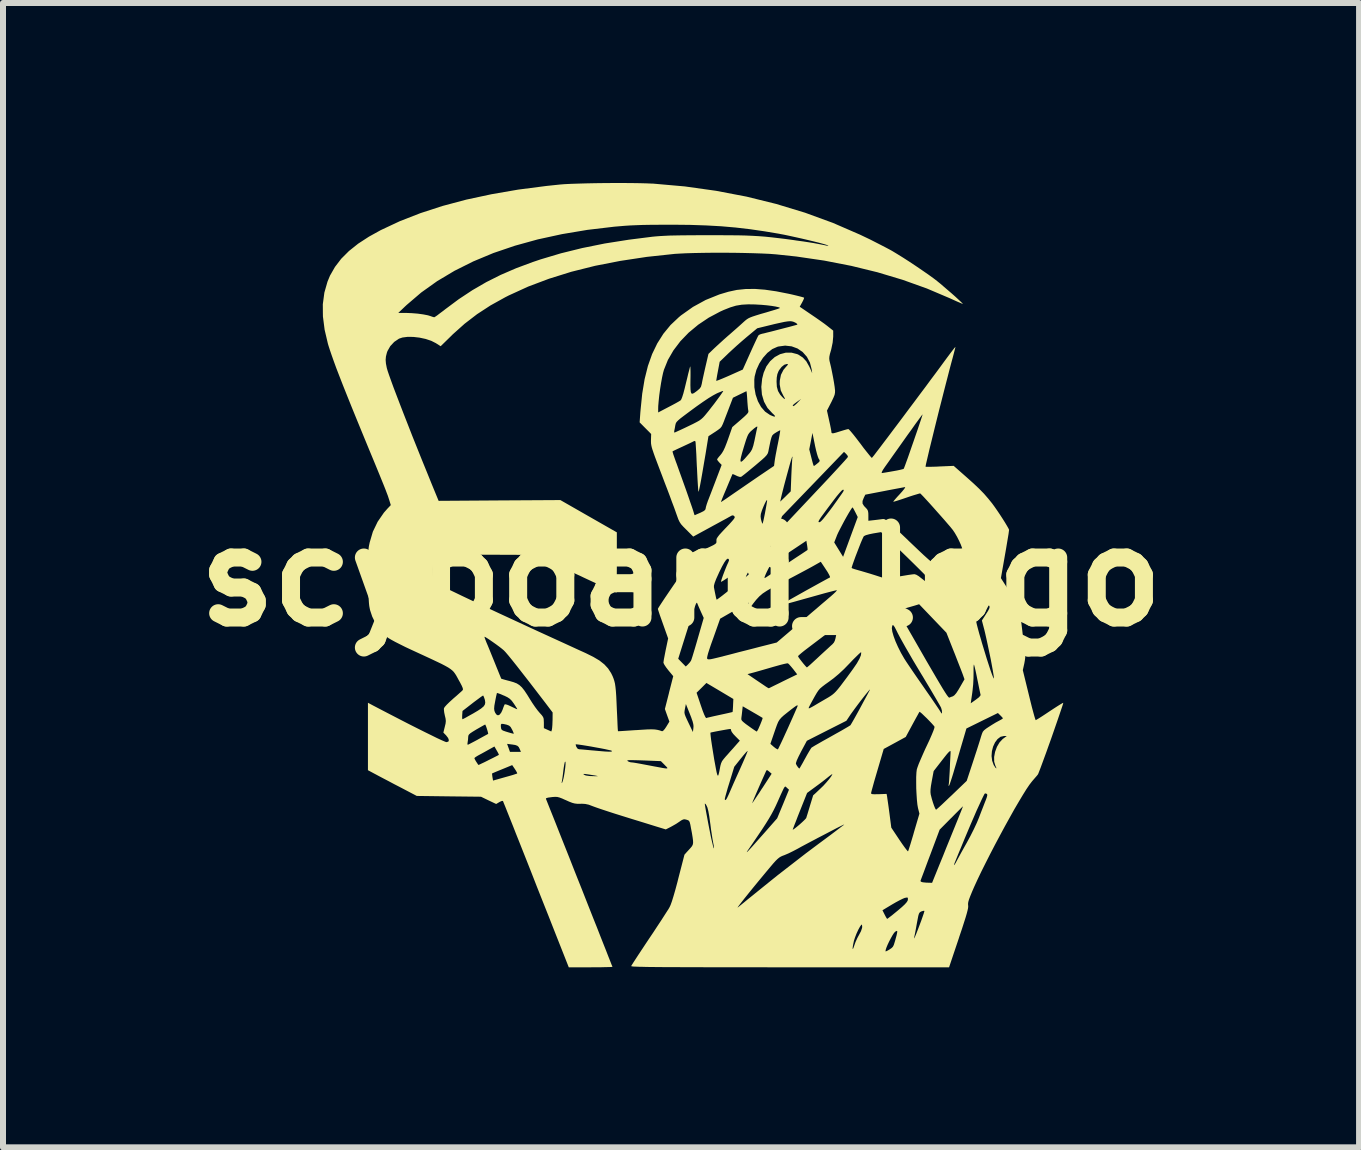
<source format=kicad_pcb>
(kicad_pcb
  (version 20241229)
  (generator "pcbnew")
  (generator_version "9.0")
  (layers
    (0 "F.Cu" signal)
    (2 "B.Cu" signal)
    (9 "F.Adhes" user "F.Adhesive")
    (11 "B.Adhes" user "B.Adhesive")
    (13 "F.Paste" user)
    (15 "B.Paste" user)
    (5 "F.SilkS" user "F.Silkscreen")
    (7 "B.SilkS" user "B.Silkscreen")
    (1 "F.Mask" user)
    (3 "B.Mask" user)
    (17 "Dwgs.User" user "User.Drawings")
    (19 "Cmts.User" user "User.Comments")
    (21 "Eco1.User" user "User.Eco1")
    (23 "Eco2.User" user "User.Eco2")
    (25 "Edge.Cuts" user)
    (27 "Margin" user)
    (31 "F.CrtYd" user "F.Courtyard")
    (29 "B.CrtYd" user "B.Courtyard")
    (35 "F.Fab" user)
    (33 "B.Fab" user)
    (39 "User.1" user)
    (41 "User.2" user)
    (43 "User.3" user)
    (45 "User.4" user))
  (footprint "scyboard_logo"
    (layer "F.Cu")
    (at 8.3 6.563)
    (property "Reference" "scyboard_logo" (at 0 0 0) (layer "F.SilkS") (effects (font (size 1.5 1.5) (thickness 0.3))))
    (attr board_only exclude_from_pos_files exclude_from_bom)
    (fp_poly (pts (xy -0.82 -6.562) (xy -0.688 -6.56) (xy -0.573 -6.557) (xy -0.481 -6.553) (xy -0.467 -6.553) (xy 0.064 -6.506) (xy 0.584 -6.433) (xy 1.092 -6.336) (xy 1.586 -6.214) (xy 2.067 -6.068) (xy 2.532 -5.898) (xy 2.981 -5.703) (xy 3.151 -5.622) (xy 3.239 -5.577) (xy 3.329 -5.531) (xy 3.412 -5.488) (xy 3.482 -5.451) (xy 3.518 -5.431) (xy 3.599 -5.382) (xy 3.696 -5.322) (xy 3.802 -5.254) (xy 3.912 -5.181) (xy 4.019 -5.108) (xy 4.119 -5.039) (xy 4.205 -4.977) (xy 4.272 -4.926) (xy 4.272 -4.925) (xy 4.323 -4.884) (xy 4.381 -4.834) (xy 4.444 -4.78) (xy 4.508 -4.725) (xy 4.568 -4.672) (xy 4.62 -4.624) (xy 4.662 -4.585) (xy 4.689 -4.558) (xy 4.698 -4.547) (xy 4.684 -4.552) (xy 4.649 -4.567) (xy 4.595 -4.59) (xy 4.529 -4.62) (xy 4.476 -4.644) (xy 4.097 -4.805) (xy 3.695 -4.949) (xy 3.275 -5.075) (xy 2.838 -5.182) (xy 2.386 -5.27) (xy 1.922 -5.338) (xy 1.583 -5.374) (xy 1.479 -5.382) (xy 1.352 -5.388) (xy 1.206 -5.393) (xy 1.047 -5.397) (xy 0.879 -5.4) (xy 0.707 -5.401) (xy 0.536 -5.401) (xy 0.372 -5.399) (xy 0.218 -5.396) (xy 0.081 -5.392) (xy -0.036 -5.386) (xy -0.103 -5.382) (xy -0.569 -5.332) (xy -1.012 -5.265) (xy -1.432 -5.183) (xy -1.827 -5.084) (xy -2.199 -4.968) (xy -2.547 -4.837) (xy -2.871 -4.689) (xy -2.928 -4.66) (xy -3.175 -4.523) (xy -3.399 -4.377) (xy -3.606 -4.218) (xy -3.803 -4.042) (xy -3.831 -4.014) (xy -4.006 -3.843) (xy -4.086 -3.894) (xy -4.163 -3.933) (xy -4.256 -3.964) (xy -4.358 -3.986) (xy -4.461 -3.998) (xy -4.558 -3.999) (xy -4.643 -3.988) (xy -4.7 -3.969) (xy -4.78 -3.915) (xy -4.846 -3.844) (xy -4.892 -3.763) (xy -4.902 -3.736) (xy -4.918 -3.672) (xy -4.923 -3.615) (xy -4.918 -3.554) (xy -4.903 -3.477) (xy -4.902 -3.474) (xy -4.889 -3.43) (xy -4.866 -3.362) (xy -4.833 -3.27) (xy -4.792 -3.157) (xy -4.742 -3.026) (xy -4.685 -2.877) (xy -4.622 -2.714) (xy -4.553 -2.538) (xy -4.48 -2.351) (xy -4.402 -2.156) (xy -4.321 -1.954) (xy -4.237 -1.748) (xy -4.152 -1.538) (xy -4.11 -1.436) (xy -4.04 -1.266) (xy -3.026 -1.273) (xy -2.011 -1.279) (xy -1.541 -1.01) (xy -1.07 -0.741) (xy -1.07 -0.238) (xy -1.07 -0.12) (xy -1.071 -0.012) (xy -1.071 0.083) (xy -1.072 0.161) (xy -1.074 0.22) (xy -1.075 0.255) (xy -1.076 0.264) (xy -1.082 0.262) (xy -1.096 0.256) (xy -1.121 0.245) (xy -1.16 0.227) (xy -1.213 0.202) (xy -1.285 0.169) (xy -1.376 0.127) (xy -1.489 0.075) (xy -1.626 0.011) (xy -1.649 -0.000059) (xy -1.686 -0.018) (xy -1.746 -0.045) (xy -1.822 -0.081) (xy -1.911 -0.122) (xy -2.008 -0.167) (xy -2.086 -0.203) (xy -2.435 -0.365) (xy -3.187 -0.368) (xy -3.362 -0.368) (xy -3.511 -0.369) (xy -3.635 -0.368) (xy -3.737 -0.367) (xy -3.82 -0.365) (xy -3.887 -0.361) (xy -3.938 -0.356) (xy -3.978 -0.348) (xy -4.009 -0.339) (xy -4.033 -0.326) (xy -4.052 -0.31) (xy -4.069 -0.292) (xy -4.087 -0.269) (xy -4.095 -0.26) (xy -4.122 -0.22) (xy -4.136 -0.18) (xy -4.143 -0.126) (xy -4.144 -0.113) (xy -4.138 -0.023) (xy -4.107 0.051) (xy -4.051 0.113) (xy -4.023 0.134) (xy -3.996 0.149) (xy -3.944 0.176) (xy -3.868 0.213) (xy -3.77 0.26) (xy -3.652 0.317) (xy -3.515 0.382) (xy -3.361 0.454) (xy -3.191 0.534) (xy -3.007 0.62) (xy -2.81 0.711) (xy -2.603 0.807) (xy -2.386 0.907) (xy -2.161 1.01) (xy -1.929 1.116) (xy -1.694 1.224) (xy -1.59 1.271) (xy -1.463 1.334) (xy -1.36 1.395) (xy -1.279 1.459) (xy -1.216 1.527) (xy -1.166 1.604) (xy -1.141 1.655) (xy -1.125 1.695) (xy -1.112 1.735) (xy -1.101 1.78) (xy -1.093 1.835) (xy -1.086 1.902) (xy -1.08 1.986) (xy -1.075 2.092) (xy -1.07 2.209) (xy -1.065 2.308) (xy -1.061 2.398) (xy -1.058 2.473) (xy -1.055 2.53) (xy -1.052 2.564) (xy -1.051 2.573) (xy -1.036 2.573) (xy -0.997 2.571) (xy -0.936 2.567) (xy -0.86 2.562) (xy -0.772 2.556) (xy -0.747 2.555) (xy -0.639 2.548) (xy -0.554 2.543) (xy -0.489 2.542) (xy -0.438 2.544) (xy -0.397 2.55) (xy -0.359 2.559) (xy -0.321 2.572) (xy -0.315 2.574) (xy -0.298 2.566) (xy -0.271 2.536) (xy -0.245 2.497) (xy -0.194 2.413) (xy -0.232 2.308) (xy -0.248 2.263) (xy 0.057 2.263) (xy 0.062 2.291) (xy 0.075 2.327) (xy 0.097 2.376) (xy 0.124 2.433) (xy 0.198 2.587) (xy 0.206 2.521) (xy 0.208 2.488) (xy 0.204 2.454) (xy 0.193 2.41) (xy 0.175 2.36) (xy 1.005 2.36) (xy 1.005 2.378) (xy 1.015 2.398) (xy 1.039 2.421) (xy 1.08 2.454) (xy 1.126 2.487) (xy 1.179 2.525) (xy 1.223 2.555) (xy 1.252 2.574) (xy 1.262 2.579) (xy 1.271 2.567) (xy 1.289 2.534) (xy 1.31 2.486) (xy 1.318 2.468) (xy 1.339 2.416) (xy 1.354 2.376) (xy 1.36 2.354) (xy 1.36 2.352) (xy 1.347 2.344) (xy 1.312 2.323) (xy 1.263 2.294) (xy 1.202 2.259) (xy 1.192 2.253) (xy 1.028 2.158) (xy 1.019 2.24) (xy 1.013 2.294) (xy 1.007 2.34) (xy 1.005 2.36) (xy 0.175 2.36) (xy 0.173 2.352) (xy 0.148 2.288) (xy 0.081 2.12) (xy 0.065 2.2) (xy 0.059 2.235) (xy 0.057 2.263) (xy -0.248 2.263) (xy -0.269 2.203) (xy -0.2 1.932) (xy 0.259 1.932) (xy 0.331 2.146) (xy 0.36 2.23) (xy 0.385 2.294) (xy 0.405 2.336) (xy 0.418 2.354) (xy 0.42 2.354) (xy 0.439 2.348) (xy 0.482 2.338) (xy 0.542 2.324) (xy 0.615 2.308) (xy 0.647 2.301) (xy 0.721 2.285) (xy 0.784 2.271) (xy 0.831 2.26) (xy 0.856 2.254) (xy 0.859 2.252) (xy 0.861 2.238) (xy 0.864 2.201) (xy 0.867 2.15) (xy 0.867 2.143) (xy 0.872 2.036) (xy 0.647 1.902) (xy 0.423 1.769) (xy 0.341 1.851) (xy 0.259 1.932) (xy -0.2 1.932) (xy -0.2 1.929) (xy -0.13 1.656) (xy -0.158 1.622) (xy 1.108 1.622) (xy 1.246 1.716) (xy 1.323 1.768) (xy 1.378 1.805) (xy 1.416 1.831) (xy 1.44 1.846) (xy 1.454 1.854) (xy 1.462 1.857) (xy 1.465 1.856) (xy 1.466 1.856) (xy 1.481 1.849) (xy 1.517 1.831) (xy 1.572 1.804) (xy 1.64 1.771) (xy 1.704 1.739) (xy 1.936 1.626) (xy 1.868 1.537) (xy 1.832 1.494) (xy 1.802 1.46) (xy 1.783 1.443) (xy 1.781 1.442) (xy 1.762 1.443) (xy 1.719 1.452) (xy 1.659 1.467) (xy 1.587 1.487) (xy 1.537 1.501) (xy 1.451 1.526) (xy 1.365 1.551) (xy 1.288 1.573) (xy 1.228 1.59) (xy 1.21 1.595) (xy 1.108 1.622) (xy -0.158 1.622) (xy -0.212 1.557) (xy -0.249 1.509) (xy -0.277 1.467) (xy -0.292 1.436) (xy -0.293 1.43) (xy -0.29 1.404) (xy -0.284 1.366) (xy -0.047 1.366) (xy 0.016 1.431) (xy 0.079 1.495) (xy 0.114 1.462) (xy 0.144 1.429) (xy 0.165 1.4) (xy 0.174 1.378) (xy 0.183 1.35) (xy 0.434 1.35) (xy 0.436 1.366) (xy 0.438 1.368) (xy 0.448 1.374) (xy 0.466 1.376) (xy 0.497 1.373) (xy 0.543 1.363) (xy 0.61 1.347) (xy 0.7 1.325) (xy 0.705 1.323) (xy 1.95 1.323) (xy 1.958 1.34) (xy 1.98 1.371) (xy 2.01 1.41) (xy 2.042 1.45) (xy 2.071 1.484) (xy 2.092 1.506) (xy 2.098 1.51) (xy 2.111 1.5) (xy 2.142 1.474) (xy 2.185 1.435) (xy 2.238 1.386) (xy 2.259 1.367) (xy 2.322 1.308) (xy 2.385 1.25) (xy 2.441 1.199) (xy 2.483 1.16) (xy 2.487 1.156) (xy 2.524 1.123) (xy 2.548 1.095) (xy 2.563 1.065) (xy 2.575 1.023) (xy 2.587 0.961) (xy 2.587 0.961) (xy 2.597 0.903) (xy 2.603 0.857) (xy 2.604 0.855) (xy 3.513 0.855) (xy 3.521 0.914) (xy 3.542 0.988) (xy 3.574 1.075) (xy 3.616 1.169) (xy 3.665 1.267) (xy 3.721 1.364) (xy 3.753 1.414) (xy 3.788 1.466) (xy 3.836 1.537) (xy 3.894 1.622) (xy 3.959 1.716) (xy 4.028 1.815) (xy 4.094 1.911) (xy 4.157 2.001) (xy 4.213 2.083) (xy 4.262 2.155) (xy 4.301 2.213) (xy 4.327 2.254) (xy 4.34 2.276) (xy 4.34 2.277) (xy 4.344 2.279) (xy 4.349 2.262) (xy 4.347 2.228) (xy 4.335 2.185) (xy 4.334 2.182) (xy 4.322 2.159) (xy 4.296 2.113) (xy 4.293 2.108) (xy 4.828 2.108) (xy 4.913 2.048) (xy 4.965 2.008) (xy 4.99 1.978) (xy 4.992 1.965) (xy 4.987 1.944) (xy 4.977 1.898) (xy 4.964 1.835) (xy 4.949 1.76) (xy 4.938 1.708) (xy 4.922 1.628) (xy 4.907 1.559) (xy 4.894 1.504) (xy 4.885 1.471) (xy 4.881 1.462) (xy 4.878 1.471) (xy 4.875 1.503) (xy 4.875 1.554) (xy 4.875 1.602) (xy 4.874 1.688) (xy 4.869 1.789) (xy 4.859 1.889) (xy 4.854 1.93) (xy 4.828 2.108) (xy 4.293 2.108) (xy 4.259 2.049) (xy 4.212 1.969) (xy 4.157 1.875) (xy 4.095 1.772) (xy 4.029 1.661) (xy 4.008 1.627) (xy 3.937 1.509) (xy 3.867 1.392) (xy 3.802 1.279) (xy 3.742 1.176) (xy 3.691 1.085) (xy 3.65 1.011) (xy 3.622 0.958) (xy 3.619 0.953) (xy 3.585 0.885) (xy 3.561 0.839) (xy 3.544 0.814) (xy 3.533 0.805) (xy 3.524 0.809) (xy 3.52 0.816) (xy 3.513 0.855) (xy 2.604 0.855) (xy 2.605 0.83) (xy 2.604 0.826) (xy 2.59 0.832) (xy 2.553 0.857) (xy 2.494 0.9) (xy 2.412 0.96) (xy 2.308 1.039) (xy 2.181 1.135) (xy 2.055 1.231) (xy 2.009 1.268) (xy 1.973 1.299) (xy 1.952 1.319) (xy 1.95 1.323) (xy 0.705 1.323) (xy 0.729 1.317) (xy 0.838 1.289) (xy 0.963 1.256) (xy 1.094 1.223) (xy 1.219 1.191) (xy 1.299 1.17) (xy 1.595 1.095) (xy 1.983 0.764) (xy 2.08 0.681) (xy 2.175 0.599) (xy 2.257 0.53) (xy 3.72 0.53) (xy 3.73 0.661) (xy 3.741 0.793) (xy 4.094 1.408) (xy 4.181 1.557) (xy 4.254 1.682) (xy 4.315 1.785) (xy 4.364 1.867) (xy 4.403 1.929) (xy 4.432 1.973) (xy 4.453 2) (xy 4.466 2.013) (xy 4.47 2.014) (xy 4.5 2.002) (xy 4.532 1.991) (xy 4.557 1.973) (xy 4.588 1.937) (xy 4.626 1.878) (xy 4.647 1.842) (xy 4.724 1.708) (xy 4.698 1.634) (xy 4.685 1.599) (xy 4.663 1.542) (xy 4.634 1.468) (xy 4.6 1.381) (xy 4.564 1.288) (xy 4.547 1.246) (xy 4.423 0.932) (xy 4.215 0.715) (xy 4.917 0.715) (xy 4.919 0.745) (xy 4.929 0.792) (xy 4.946 0.858) (xy 4.97 0.947) (xy 5.003 1.059) (xy 5.014 1.099) (xy 5.057 1.24) (xy 5.095 1.365) (xy 5.13 1.473) (xy 5.159 1.562) (xy 5.183 1.629) (xy 5.201 1.674) (xy 5.211 1.694) (xy 5.214 1.692) (xy 5.213 1.669) (xy 5.206 1.622) (xy 5.195 1.556) (xy 5.18 1.474) (xy 5.163 1.382) (xy 5.153 1.333) (xy 5.131 1.228) (xy 5.109 1.124) (xy 5.088 1.027) (xy 5.069 0.943) (xy 5.054 0.88) (xy 5.05 0.866) (xy 5.014 0.728) (xy 5.079 0.627) (xy 5.116 0.569) (xy 5.136 0.53) (xy 5.143 0.503) (xy 5.137 0.484) (xy 5.128 0.473) (xy 5.115 0.472) (xy 5.091 0.49) (xy 5.055 0.529) (xy 5.021 0.569) (xy 4.981 0.619) (xy 4.948 0.662) (xy 4.926 0.691) (xy 4.92 0.699) (xy 4.917 0.715) (xy 4.215 0.715) (xy 4.195 0.694) (xy 3.968 0.457) (xy 3.9 0.478) (xy 3.845 0.494) (xy 3.79 0.51) (xy 3.776 0.514) (xy 3.72 0.53) (xy 2.257 0.53) (xy 2.266 0.522) (xy 2.347 0.452) (xy 2.416 0.394) (xy 2.468 0.349) (xy 2.491 0.33) (xy 2.538 0.288) (xy 2.574 0.254) (xy 2.594 0.231) (xy 2.597 0.223) (xy 2.58 0.226) (xy 2.538 0.236) (xy 2.476 0.252) (xy 2.396 0.273) (xy 2.303 0.299) (xy 2.2 0.328) (xy 2.175 0.335) (xy 2.067 0.365) (xy 1.967 0.393) (xy 1.878 0.418) (xy 1.804 0.438) (xy 1.749 0.453) (xy 1.718 0.46) (xy 1.715 0.461) (xy 1.664 0.471) (xy 1.708 0.442) (xy 1.731 0.427) (xy 1.776 0.402) (xy 1.837 0.367) (xy 1.91 0.326) (xy 1.992 0.28) (xy 2.079 0.231) (xy 2.166 0.183) (xy 2.251 0.136) (xy 2.327 0.094) (xy 2.393 0.058) (xy 2.444 0.03) (xy 2.475 0.014) (xy 2.483 0.01) (xy 2.482 -0.003) (xy 2.467 -0.036) (xy 2.441 -0.082) (xy 2.414 -0.123) (xy 2.397 -0.149) (xy 2.843 -0.149) (xy 2.856 -0.14) (xy 2.891 -0.128) (xy 2.939 -0.114) (xy 2.942 -0.113) (xy 2.996 -0.098) (xy 3.067 -0.077) (xy 3.148 -0.053) (xy 3.228 -0.028) (xy 3.414 0.032) (xy 3.636 -0.006) (xy 3.715 -0.019) (xy 3.787 -0.031) (xy 3.844 -0.039) (xy 3.88 -0.043) (xy 3.889 -0.044) (xy 3.92 -0.035) (xy 3.959 -0.012) (xy 3.972 -0.002) (xy 4.014 0.031) (xy 4.067 0.072) (xy 4.126 0.117) (xy 4.186 0.162) (xy 4.243 0.205) (xy 4.291 0.24) (xy 4.328 0.266) (xy 4.346 0.278) (xy 4.348 0.278) (xy 4.345 0.268) (xy 4.328 0.242) (xy 4.315 0.224) (xy 4.295 0.201) (xy 4.257 0.16) (xy 4.202 0.105) (xy 4.134 0.035) (xy 4.054 -0.044) (xy 3.966 -0.132) (xy 3.871 -0.226) (xy 3.772 -0.323) (xy 3.671 -0.421) (xy 3.572 -0.517) (xy 3.475 -0.61) (xy 3.452 -0.632) (xy 3.334 -0.745) (xy 3.202 -0.723) (xy 3.135 -0.709) (xy 3.081 -0.694) (xy 3.05 -0.679) (xy 3.046 -0.676) (xy 3.036 -0.657) (xy 3.017 -0.616) (xy 2.993 -0.559) (xy 2.966 -0.49) (xy 2.937 -0.415) (xy 2.908 -0.34) (xy 2.883 -0.271) (xy 2.862 -0.212) (xy 2.848 -0.169) (xy 2.843 -0.149) (xy 2.397 -0.149) (xy 2.329 -0.251) (xy 2.253 -0.208) (xy 2.182 -0.168) (xy 2.092 -0.119) (xy 1.989 -0.064) (xy 1.88 -0.006) (xy 1.772 0.051) (xy 1.67 0.103) (xy 1.616 0.131) (xy 1.512 0.185) (xy 1.429 0.233) (xy 1.361 0.278) (xy 1.305 0.326) (xy 1.253 0.382) (xy 1.2 0.449) (xy 1.141 0.533) (xy 1.137 0.539) (xy 1.092 0.604) (xy 1.054 0.659) (xy 1.024 0.701) (xy 1.005 0.724) (xy 1.001 0.728) (xy 1.005 0.713) (xy 1.018 0.68) (xy 1.037 0.633) (xy 1.06 0.581) (xy 1.083 0.53) (xy 1.104 0.486) (xy 1.115 0.464) (xy 1.126 0.44) (xy 1.126 0.432) (xy 1.112 0.438) (xy 1.077 0.456) (xy 1.025 0.484) (xy 0.96 0.521) (xy 0.887 0.563) (xy 0.652 0.698) (xy 0.537 1.023) (xy 0.498 1.131) (xy 0.47 1.215) (xy 0.45 1.278) (xy 0.439 1.322) (xy 0.434 1.35) (xy 0.183 1.35) (xy 0.189 1.332) (xy 0.209 1.266) (xy 0.233 1.186) (xy 0.26 1.094) (xy 0.279 1.028) (xy 0.378 0.685) (xy 0.334 0.589) (xy 0.31 0.535) (xy 0.289 0.487) (xy 0.276 0.455) (xy 0.267 0.435) (xy 0.259 0.433) (xy 0.248 0.452) (xy 0.233 0.491) (xy 0.221 0.524) (xy 0.202 0.581) (xy 0.177 0.657) (xy 0.148 0.747) (xy 0.116 0.848) (xy 0.082 0.955) (xy 0.079 0.965) (xy -0.047 1.366) (xy -0.284 1.366) (xy -0.282 1.357) (xy -0.27 1.294) (xy -0.256 1.222) (xy -0.254 1.213) (xy -0.215 1.027) (xy -0.3 0.788) (xy -0.328 0.709) (xy -0.353 0.639) (xy -0.371 0.584) (xy -0.383 0.547) (xy -0.386 0.534) (xy -0.378 0.519) (xy -0.355 0.482) (xy -0.319 0.427) (xy -0.272 0.356) (xy -0.215 0.272) (xy -0.151 0.178) (xy -0.147 0.172) (xy 0.548 0.172) (xy 0.548 0.173) (xy 0.564 0.256) (xy 0.576 0.314) (xy 0.584 0.351) (xy 0.59 0.372) (xy 0.594 0.38) (xy 0.596 0.381) (xy 0.609 0.372) (xy 0.642 0.348) (xy 0.691 0.311) (xy 0.753 0.262) (xy 0.824 0.206) (xy 0.866 0.174) (xy 0.941 0.114) (xy 1.008 0.061) (xy 1.063 0.016) (xy 1.065 0.015) (xy 1.39 0.015) (xy 1.396 0.02) (xy 1.404 0.016) (xy 1.423 0.005) (xy 1.462 -0.021) (xy 1.519 -0.058) (xy 1.59 -0.104) (xy 1.672 -0.158) (xy 1.761 -0.217) (xy 1.766 -0.22) (xy 1.854 -0.279) (xy 1.934 -0.332) (xy 2.003 -0.377) (xy 2.057 -0.413) (xy 2.093 -0.437) (xy 2.108 -0.447) (xy 2.108 -0.448) (xy 2.109 -0.463) (xy 2.105 -0.499) (xy 2.101 -0.527) (xy 2.093 -0.573) (xy 2.553 -0.573) (xy 2.627 -0.453) (xy 2.701 -0.333) (xy 2.823 -0.665) (xy 2.945 -0.996) (xy 2.905 -1.076) (xy 2.883 -1.118) (xy 2.866 -1.148) (xy 2.858 -1.157) (xy 2.847 -1.145) (xy 2.825 -1.112) (xy 2.795 -1.063) (xy 2.76 -1.002) (xy 2.722 -0.934) (xy 2.685 -0.864) (xy 2.65 -0.797) (xy 2.62 -0.738) (xy 2.599 -0.692) (xy 2.595 -0.68) (xy 2.553 -0.573) (xy 2.093 -0.573) (xy 2.089 -0.601) (xy 1.794 -0.404) (xy 1.71 -0.347) (xy 1.634 -0.294) (xy 1.568 -0.246) (xy 1.517 -0.207) (xy 1.485 -0.18) (xy 1.475 -0.17) (xy 1.456 -0.136) (xy 1.432 -0.088) (xy 1.415 -0.052) (xy 1.397 -0.008) (xy 1.39 0.015) (xy 1.065 0.015) (xy 1.103 -0.017) (xy 1.125 -0.036) (xy 1.129 -0.04) (xy 1.122 -0.057) (xy 1.107 -0.089) (xy 1.088 -0.124) (xy 1.071 -0.151) (xy 1.067 -0.156) (xy 1.054 -0.158) (xy 1.024 -0.145) (xy 0.977 -0.117) (xy 0.909 -0.073) (xy 0.863 -0.042) (xy 0.798 0.003) (xy 0.741 0.04) (xy 0.698 0.068) (xy 0.671 0.082) (xy 0.665 0.084) (xy 0.668 0.069) (xy 0.679 0.033) (xy 0.696 -0.017) (xy 0.718 -0.075) (xy 0.741 -0.134) (xy 0.763 -0.188) (xy 0.782 -0.23) (xy 0.787 -0.24) (xy 0.8 -0.275) (xy 0.794 -0.297) (xy 0.792 -0.298) (xy 0.775 -0.302) (xy 0.751 -0.282) (xy 0.721 -0.239) (xy 0.683 -0.171) (xy 0.636 -0.076) (xy 0.623 -0.047) (xy 0.585 0.037) (xy 0.561 0.1) (xy 0.549 0.144) (xy 0.548 0.172) (xy -0.147 0.172) (xy -0.081 0.076) (xy -0.074 0.065) (xy 0.238 -0.388) (xy 0.416 -0.47) (xy 0.488 -0.503) (xy 0.49 -0.504) (xy 1.495 -0.504) (xy 1.507 -0.507) (xy 1.537 -0.52) (xy 1.565 -0.533) (xy 1.595 -0.549) (xy 1.617 -0.566) (xy 1.634 -0.587) (xy 1.65 -0.621) (xy 1.669 -0.672) (xy 1.685 -0.722) (xy 1.737 -0.875) (xy 1.775 -0.916) (xy 2.291 -0.916) (xy 2.297 -0.91) (xy 2.31 -0.911) (xy 2.312 -0.911) (xy 2.332 -0.925) (xy 2.367 -0.962) (xy 2.415 -1.022) (xy 2.476 -1.101) (xy 2.527 -1.169) (xy 2.581 -1.245) (xy 2.595 -1.264) (xy 3.025 -1.264) (xy 3.025 -1.221) (xy 3.049 -1.181) (xy 3.071 -1.158) (xy 3.1 -1.127) (xy 3.115 -1.099) (xy 3.121 -1.063) (xy 3.122 -1.021) (xy 3.122 -0.934) (xy 3.213 -0.944) (xy 3.272 -0.951) (xy 3.327 -0.958) (xy 3.356 -0.962) (xy 3.37 -0.963) (xy 3.384 -0.962) (xy 3.401 -0.955) (xy 3.421 -0.943) (xy 3.449 -0.921) (xy 3.486 -0.89) (xy 3.535 -0.846) (xy 3.597 -0.787) (xy 3.675 -0.713) (xy 3.772 -0.621) (xy 3.796 -0.597) (xy 3.897 -0.501) (xy 3.979 -0.423) (xy 4.045 -0.361) (xy 4.096 -0.315) (xy 4.134 -0.281) (xy 4.163 -0.258) (xy 4.184 -0.245) (xy 4.199 -0.239) (xy 4.21 -0.239) (xy 4.221 -0.243) (xy 4.221 -0.243) (xy 4.247 -0.254) (xy 4.295 -0.273) (xy 4.358 -0.299) (xy 4.432 -0.328) (xy 4.474 -0.345) (xy 4.547 -0.375) (xy 4.61 -0.402) (xy 4.658 -0.425) (xy 4.685 -0.441) (xy 4.69 -0.446) (xy 4.683 -0.482) (xy 4.663 -0.536) (xy 4.634 -0.6) (xy 4.6 -0.667) (xy 4.563 -0.731) (xy 4.528 -0.783) (xy 4.521 -0.791) (xy 4.489 -0.831) (xy 4.444 -0.883) (xy 4.39 -0.946) (xy 4.329 -1.015) (xy 4.265 -1.087) (xy 4.202 -1.158) (xy 4.141 -1.226) (xy 4.086 -1.286) (xy 4.04 -1.336) (xy 4.006 -1.371) (xy 3.988 -1.388) (xy 3.986 -1.39) (xy 3.969 -1.387) (xy 3.929 -1.375) (xy 3.872 -1.358) (xy 3.801 -1.335) (xy 3.758 -1.32) (xy 3.684 -1.295) (xy 3.62 -1.274) (xy 3.571 -1.259) (xy 3.542 -1.251) (xy 3.537 -1.251) (xy 3.544 -1.263) (xy 3.568 -1.292) (xy 3.604 -1.333) (xy 3.643 -1.375) (xy 3.686 -1.423) (xy 3.717 -1.461) (xy 3.734 -1.486) (xy 3.735 -1.495) (xy 3.715 -1.492) (xy 3.672 -1.484) (xy 3.608 -1.472) (xy 3.528 -1.457) (xy 3.438 -1.44) (xy 3.393 -1.431) (xy 3.071 -1.369) (xy 3.046 -1.318) (xy 3.025 -1.264) (xy 2.595 -1.264) (xy 2.629 -1.313) (xy 2.669 -1.369) (xy 2.697 -1.41) (xy 2.71 -1.433) (xy 2.711 -1.436) (xy 2.708 -1.451) (xy 2.696 -1.451) (xy 2.674 -1.434) (xy 2.641 -1.398) (xy 2.595 -1.343) (xy 2.535 -1.265) (xy 2.493 -1.209) (xy 2.424 -1.117) (xy 2.371 -1.045) (xy 2.332 -0.992) (xy 2.307 -0.954) (xy 2.294 -0.93) (xy 2.291 -0.916) (xy 1.775 -0.916) (xy 2.257 -1.428) (xy 2.358 -1.535) (xy 2.452 -1.635) (xy 2.538 -1.728) (xy 2.54 -1.73) (xy 3.344 -1.73) (xy 3.346 -1.729) (xy 3.368 -1.732) (xy 3.412 -1.739) (xy 3.471 -1.749) (xy 3.533 -1.76) (xy 3.6 -1.772) (xy 3.656 -1.784) (xy 3.695 -1.794) (xy 3.711 -1.8) (xy 3.718 -1.816) (xy 3.733 -1.855) (xy 3.754 -1.913) (xy 3.781 -1.987) (xy 3.811 -2.073) (xy 3.843 -2.166) (xy 3.877 -2.263) (xy 3.91 -2.359) (xy 3.942 -2.451) (xy 3.97 -2.535) (xy 3.994 -2.606) (xy 4.012 -2.661) (xy 4.023 -2.696) (xy 4.025 -2.707) (xy 4.016 -2.696) (xy 3.992 -2.664) (xy 3.954 -2.612) (xy 3.904 -2.544) (xy 3.845 -2.46) (xy 3.776 -2.365) (xy 3.701 -2.259) (xy 3.621 -2.146) (xy 3.537 -2.028) (xy 3.451 -1.906) (xy 3.396 -1.829) (xy 3.364 -1.781) (xy 3.346 -1.746) (xy 3.344 -1.73) (xy 2.54 -1.73) (xy 2.614 -1.81) (xy 2.678 -1.88) (xy 2.729 -1.936) (xy 2.763 -1.975) (xy 2.78 -1.996) (xy 2.782 -1.998) (xy 2.775 -2.02) (xy 2.752 -2.048) (xy 2.751 -2.049) (xy 2.716 -2.082) (xy 2.2 -1.546) (xy 1.684 -1.011) (xy 1.589 -0.761) (xy 1.559 -0.681) (xy 1.533 -0.611) (xy 1.513 -0.555) (xy 1.499 -0.518) (xy 1.495 -0.504) (xy 0.49 -0.504) (xy 0.537 -0.527) (xy 0.567 -0.545) (xy 0.584 -0.56) (xy 0.59 -0.575) (xy 0.59 -0.593) (xy 0.59 -0.599) (xy 0.59 -0.62) (xy 0.596 -0.64) (xy 0.612 -0.665) (xy 0.638 -0.699) (xy 0.68 -0.745) (xy 0.739 -0.808) (xy 0.748 -0.817) (xy 0.809 -0.881) (xy 0.851 -0.928) (xy 0.878 -0.96) (xy 0.892 -0.982) (xy 0.895 -0.997) (xy 0.89 -1.007) (xy 1.326 -1.007) (xy 1.331 -0.964) (xy 1.335 -0.948) (xy 1.346 -0.909) (xy 1.355 -0.887) (xy 1.359 -0.885) (xy 1.364 -0.902) (xy 1.374 -0.941) (xy 1.386 -0.998) (xy 1.4 -1.066) (xy 1.401 -1.073) (xy 1.414 -1.144) (xy 1.425 -1.205) (xy 1.432 -1.251) (xy 1.433 -1.253) (xy 1.653 -1.253) (xy 1.741 -1.338) (xy 1.828 -1.424) (xy 1.838 -1.683) (xy 1.842 -1.77) (xy 1.846 -1.848) (xy 1.85 -1.913) (xy 1.853 -1.959) (xy 1.855 -1.979) (xy 1.859 -2.003) (xy 1.854 -2) (xy 1.847 -1.986) (xy 1.84 -1.964) (xy 1.826 -1.919) (xy 1.808 -1.856) (xy 1.787 -1.779) (xy 1.764 -1.695) (xy 1.74 -1.606) (xy 1.717 -1.52) (xy 1.697 -1.441) (xy 1.68 -1.373) (xy 1.668 -1.323) (xy 1.664 -1.304) (xy 1.653 -1.253) (xy 1.433 -1.253) (xy 1.435 -1.275) (xy 1.435 -1.275) (xy 1.43 -1.279) (xy 1.417 -1.261) (xy 1.399 -1.227) (xy 1.378 -1.181) (xy 1.357 -1.129) (xy 1.346 -1.1) (xy 1.33 -1.048) (xy 1.326 -1.007) (xy 0.89 -1.007) (xy 0.889 -1.007) (xy 0.887 -1.01) (xy 0.869 -1.024) (xy 0.848 -1.022) (xy 0.824 -1.009) (xy 0.8 -0.996) (xy 0.754 -0.97) (xy 0.691 -0.936) (xy 0.616 -0.895) (xy 0.531 -0.849) (xy 0.493 -0.828) (xy 0.203 -0.67) (xy 0.089 -0.784) (xy 0.037 -0.836) (xy 0.001 -0.876) (xy -0.024 -0.914) (xy -0.045 -0.958) (xy -0.066 -1.016) (xy -0.074 -1.038) (xy -0.091 -1.086) (xy -0.116 -1.156) (xy -0.15 -1.245) (xy -0.188 -1.349) (xy -0.231 -1.463) (xy -0.277 -1.582) (xy -0.313 -1.678) (xy -0.363 -1.809) (xy -0.403 -1.915) (xy -0.435 -2) (xy -0.459 -2.068) (xy -0.466 -2.09) (xy -0.142 -2.09) (xy -0.139 -2.076) (xy -0.128 -2.038) (xy -0.109 -1.984) (xy -0.085 -1.916) (xy -0.072 -1.882) (xy -0.034 -1.775) (xy 0.006 -1.664) (xy 0.046 -1.552) (xy 0.085 -1.443) (xy 0.121 -1.34) (xy 0.153 -1.246) (xy 0.181 -1.166) (xy 0.202 -1.103) (xy 0.215 -1.06) (xy 0.22 -1.041) (xy 0.227 -1.028) (xy 0.232 -1.028) (xy 0.251 -1.037) (xy 0.288 -1.053) (xy 0.327 -1.07) (xy 0.375 -1.094) (xy 0.401 -1.114) (xy 0.41 -1.136) (xy 0.41 -1.139) (xy 0.416 -1.168) (xy 0.43 -1.215) (xy 0.441 -1.246) (xy 0.666 -1.246) (xy 0.679 -1.254) (xy 0.713 -1.276) (xy 0.762 -1.309) (xy 0.824 -1.352) (xy 0.889 -1.397) (xy 0.981 -1.46) (xy 1.087 -1.533) (xy 1.195 -1.607) (xy 1.294 -1.675) (xy 1.328 -1.698) (xy 1.55 -1.848) (xy 1.56 -1.924) (xy 1.566 -1.966) (xy 1.577 -2.03) (xy 1.592 -2.107) (xy 1.595 -2.124) (xy 2.137 -2.124) (xy 2.172 -1.986) (xy 2.187 -1.927) (xy 2.2 -1.88) (xy 2.21 -1.852) (xy 2.214 -1.847) (xy 2.229 -1.855) (xy 2.257 -1.877) (xy 2.271 -1.888) (xy 2.301 -1.914) (xy 2.311 -1.932) (xy 2.305 -1.952) (xy 2.294 -1.968) (xy 2.282 -1.997) (xy 2.266 -2.048) (xy 2.249 -2.114) (xy 2.232 -2.189) (xy 2.23 -2.202) (xy 2.19 -2.398) (xy 2.164 -2.261) (xy 2.137 -2.124) (xy 1.595 -2.124) (xy 1.608 -2.19) (xy 1.614 -2.218) (xy 1.629 -2.294) (xy 1.641 -2.359) (xy 1.649 -2.408) (xy 1.653 -2.436) (xy 1.653 -2.441) (xy 1.639 -2.437) (xy 1.608 -2.42) (xy 1.581 -2.404) (xy 1.546 -2.381) (xy 1.523 -2.359) (xy 1.509 -2.329) (xy 1.496 -2.284) (xy 1.489 -2.255) (xy 1.476 -2.193) (xy 1.464 -2.135) (xy 1.456 -2.092) (xy 1.447 -2.06) (xy 1.428 -2.029) (xy 1.395 -1.993) (xy 1.35 -1.952) (xy 1.296 -1.906) (xy 1.236 -1.855) (xy 1.173 -1.803) (xy 1.114 -1.754) (xy 1.062 -1.712) (xy 1.023 -1.682) (xy 1.001 -1.666) (xy 1.001 -1.666) (xy 0.978 -1.665) (xy 0.941 -1.677) (xy 0.922 -1.686) (xy 0.886 -1.703) (xy 0.862 -1.712) (xy 0.858 -1.712) (xy 0.851 -1.697) (xy 0.836 -1.662) (xy 0.816 -1.613) (xy 0.809 -1.598) (xy 0.78 -1.528) (xy 0.747 -1.449) (xy 0.715 -1.374) (xy 0.712 -1.367) (xy 0.69 -1.313) (xy 0.674 -1.272) (xy 0.666 -1.249) (xy 0.666 -1.246) (xy 0.441 -1.246) (xy 0.449 -1.27) (xy 0.454 -1.281) (xy 0.474 -1.333) (xy 0.502 -1.405) (xy 0.534 -1.489) (xy 0.568 -1.578) (xy 0.587 -1.628) (xy 0.677 -1.865) (xy 0.639 -1.904) (xy 0.614 -1.933) (xy 0.606 -1.946) (xy 0.99 -1.946) (xy 0.993 -1.921) (xy 1.006 -1.918) (xy 1.03 -1.936) (xy 1.064 -1.971) (xy 1.104 -2.017) (xy 1.142 -2.061) (xy 1.163 -2.089) (xy 1.184 -2.126) (xy 1.204 -2.185) (xy 1.224 -2.269) (xy 1.23 -2.299) (xy 1.244 -2.367) (xy 1.256 -2.425) (xy 1.265 -2.467) (xy 1.27 -2.486) (xy 1.272 -2.504) (xy 1.255 -2.5) (xy 1.219 -2.474) (xy 1.183 -2.443) (xy 1.156 -2.419) (xy 1.136 -2.396) (xy 1.118 -2.369) (xy 1.102 -2.333) (xy 1.084 -2.283) (xy 1.062 -2.213) (xy 1.047 -2.164) (xy 1.018 -2.066) (xy 0.999 -1.993) (xy 0.99 -1.946) (xy 0.606 -1.946) (xy 0.601 -1.954) (xy 0.601 -1.956) (xy 0.61 -1.973) (xy 0.634 -2.003) (xy 0.656 -2.028) (xy 0.682 -2.062) (xy 0.707 -2.104) (xy 0.733 -2.16) (xy 0.763 -2.237) (xy 0.783 -2.292) (xy 0.854 -2.495) (xy 0.992 -2.614) (xy 1.05 -2.665) (xy 1.089 -2.702) (xy 1.112 -2.728) (xy 1.122 -2.747) (xy 1.122 -2.765) (xy 1.121 -2.77) (xy 1.116 -2.8) (xy 1.111 -2.852) (xy 1.106 -2.915) (xy 1.104 -2.95) (xy 1.1 -3.01) (xy 1.096 -3.058) (xy 1.092 -3.087) (xy 1.09 -3.093) (xy 1.076 -3.087) (xy 1.041 -3.07) (xy 0.994 -3.047) (xy 0.975 -3.038) (xy 0.865 -2.984) (xy 0.814 -2.851) (xy 0.785 -2.775) (xy 0.753 -2.692) (xy 0.724 -2.617) (xy 0.719 -2.602) (xy 0.696 -2.545) (xy 0.677 -2.506) (xy 0.654 -2.477) (xy 0.619 -2.45) (xy 0.568 -2.415) (xy 0.566 -2.414) (xy 0.457 -2.343) (xy 0.442 -2.253) (xy 0.409 -2.049) (xy 0.379 -1.874) (xy 0.354 -1.727) (xy 0.333 -1.608) (xy 0.316 -1.518) (xy 0.303 -1.457) (xy 0.295 -1.424) (xy 0.291 -1.418) (xy 0.288 -1.435) (xy 0.284 -1.478) (xy 0.28 -1.541) (xy 0.275 -1.623) (xy 0.27 -1.718) (xy 0.265 -1.824) (xy 0.264 -1.832) (xy 0.259 -1.938) (xy 0.255 -2.036) (xy 0.25 -2.12) (xy 0.246 -2.187) (xy 0.243 -2.233) (xy 0.241 -2.253) (xy 0.241 -2.254) (xy 0.229 -2.265) (xy 0.209 -2.258) (xy 0.186 -2.246) (xy 0.143 -2.225) (xy 0.085 -2.198) (xy 0.023 -2.169) (xy -0.04 -2.14) (xy -0.091 -2.116) (xy -0.128 -2.098) (xy -0.142 -2.09) (xy -0.142 -2.09) (xy -0.466 -2.09) (xy -0.477 -2.121) (xy -0.489 -2.162) (xy -0.496 -2.195) (xy -0.5 -2.223) (xy -0.501 -2.25) (xy -0.501 -2.277) (xy -0.501 -2.278) (xy -0.498 -2.38) (xy -0.528 -2.411) (xy -0.115 -2.411) (xy -0.11 -2.404) (xy -0.093 -2.41) (xy -0.056 -2.427) (xy -0.001 -2.452) (xy 0.067 -2.484) (xy 0.117 -2.508) (xy 0.198 -2.547) (xy 0.258 -2.578) (xy 0.303 -2.603) (xy 0.337 -2.628) (xy 0.367 -2.655) (xy 0.397 -2.688) (xy 0.42 -2.716) (xy 0.46 -2.765) (xy 0.504 -2.822) (xy 0.552 -2.883) (xy 0.598 -2.945) (xy 0.64 -3.002) (xy 0.673 -3.049) (xy 0.696 -3.083) (xy 0.704 -3.097) (xy 0.691 -3.096) (xy 0.659 -3.083) (xy 0.612 -3.064) (xy 0.591 -3.054) (xy 0.535 -3.024) (xy 0.459 -2.978) (xy 0.368 -2.917) (xy 0.264 -2.844) (xy 0.197 -2.795) (xy 0.108 -2.729) (xy 0.04 -2.678) (xy -0.011 -2.639) (xy -0.046 -2.609) (xy -0.069 -2.586) (xy -0.083 -2.567) (xy -0.09 -2.549) (xy -0.094 -2.53) (xy -0.095 -2.528) (xy -0.103 -2.481) (xy -0.111 -2.442) (xy -0.112 -2.437) (xy -0.115 -2.411) (xy -0.528 -2.411) (xy -0.594 -2.477) (xy -0.69 -2.574) (xy -0.678 -2.739) (xy -0.381 -2.739) (xy -0.209 -2.829) (xy -0.142 -2.864) (xy -0.083 -2.896) (xy -0.037 -2.922) (xy -0.011 -2.938) (xy -0.009 -2.939) (xy 0.004 -2.957) (xy 0.019 -2.994) (xy 0.038 -3.053) (xy 0.06 -3.137) (xy 0.081 -3.224) (xy 0.102 -3.309) (xy 0.12 -3.385) (xy 0.136 -3.446) (xy 0.147 -3.489) (xy 0.153 -3.507) (xy 0.155 -3.5) (xy 0.157 -3.467) (xy 0.158 -3.414) (xy 0.158 -3.345) (xy 0.157 -3.291) (xy 0.156 -3.195) (xy 0.158 -3.125) (xy 0.163 -3.08) (xy 0.173 -3.056) (xy 0.19 -3.051) (xy 0.216 -3.062) (xy 0.251 -3.087) (xy 0.267 -3.099) (xy 0.309 -3.135) (xy 0.332 -3.167) (xy 0.343 -3.206) (xy 0.345 -3.213) (xy 0.352 -3.25) (xy 0.355 -3.266) (xy 0.586 -3.266) (xy 0.599 -3.269) (xy 0.634 -3.281) (xy 0.645 -3.286) (xy 1.221 -3.286) (xy 1.222 -3.158) (xy 1.243 -3.037) (xy 1.281 -2.926) (xy 1.334 -2.83) (xy 1.401 -2.753) (xy 1.48 -2.699) (xy 1.488 -2.695) (xy 1.538 -2.674) (xy 1.565 -2.67) (xy 1.567 -2.68) (xy 1.544 -2.706) (xy 1.522 -2.726) (xy 1.441 -2.814) (xy 1.418 -2.855) (xy 1.861 -2.855) (xy 1.869 -2.844) (xy 1.891 -2.855) (xy 1.929 -2.889) (xy 1.943 -2.904) (xy 2.001 -2.964) (xy 1.931 -2.915) (xy 1.893 -2.887) (xy 1.868 -2.865) (xy 1.861 -2.855) (xy 1.418 -2.855) (xy 1.383 -2.919) (xy 1.348 -3.037) (xy 1.338 -3.165) (xy 1.347 -3.254) (xy 1.592 -3.254) (xy 1.597 -3.167) (xy 1.616 -3.097) (xy 1.652 -3.036) (xy 1.683 -3.001) (xy 1.715 -2.97) (xy 1.731 -2.962) (xy 1.729 -2.977) (xy 1.708 -3.013) (xy 1.707 -3.014) (xy 1.662 -3.106) (xy 1.644 -3.209) (xy 1.646 -3.27) (xy 1.665 -3.366) (xy 1.707 -3.449) (xy 1.749 -3.499) (xy 1.775 -3.528) (xy 1.782 -3.542) (xy 1.772 -3.547) (xy 1.764 -3.547) (xy 1.721 -3.534) (xy 1.676 -3.498) (xy 1.636 -3.446) (xy 1.624 -3.425) (xy 1.605 -3.377) (xy 1.595 -3.32) (xy 1.592 -3.254) (xy 1.347 -3.254) (xy 1.352 -3.302) (xy 1.377 -3.401) (xy 1.422 -3.506) (xy 1.485 -3.593) (xy 1.562 -3.662) (xy 1.65 -3.71) (xy 1.744 -3.735) (xy 1.84 -3.736) (xy 1.937 -3.711) (xy 1.96 -3.7) (xy 2.03 -3.654) (xy 2.088 -3.591) (xy 2.137 -3.504) (xy 2.151 -3.475) (xy 2.186 -3.393) (xy 2.177 -3.458) (xy 2.148 -3.571) (xy 2.097 -3.667) (xy 2.027 -3.746) (xy 1.941 -3.805) (xy 1.843 -3.841) (xy 1.735 -3.853) (xy 1.622 -3.838) (xy 1.605 -3.833) (xy 1.52 -3.795) (xy 1.439 -3.732) (xy 1.366 -3.65) (xy 1.304 -3.554) (xy 1.256 -3.449) (xy 1.227 -3.34) (xy 1.221 -3.286) (xy 0.645 -3.286) (xy 0.687 -3.303) (xy 0.753 -3.331) (xy 0.808 -3.355) (xy 1.029 -3.454) (xy 1.153 -3.731) (xy 1.191 -3.815) (xy 1.226 -3.891) (xy 1.255 -3.953) (xy 1.277 -3.999) (xy 1.29 -4.023) (xy 1.291 -4.025) (xy 1.314 -4.039) (xy 1.351 -4.051) (xy 1.352 -4.051) (xy 1.381 -4.057) (xy 1.431 -4.07) (xy 1.497 -4.086) (xy 1.574 -4.106) (xy 1.655 -4.127) (xy 1.736 -4.148) (xy 1.81 -4.167) (xy 1.872 -4.184) (xy 1.916 -4.196) (xy 1.935 -4.201) (xy 1.939 -4.211) (xy 1.917 -4.229) (xy 1.899 -4.239) (xy 1.874 -4.25) (xy 1.848 -4.257) (xy 1.817 -4.26) (xy 1.778 -4.257) (xy 1.725 -4.249) (xy 1.655 -4.234) (xy 1.565 -4.214) (xy 1.459 -4.188) (xy 1.27 -4.142) (xy 1.093 -3.995) (xy 1.017 -3.93) (xy 0.935 -3.858) (xy 0.856 -3.786) (xy 0.789 -3.724) (xy 0.78 -3.715) (xy 0.644 -3.584) (xy 0.615 -3.43) (xy 0.603 -3.366) (xy 0.594 -3.313) (xy 0.588 -3.277) (xy 0.586 -3.266) (xy 0.355 -3.266) (xy 0.364 -3.308) (xy 0.38 -3.381) (xy 0.398 -3.461) (xy 0.406 -3.496) (xy 0.457 -3.715) (xy 0.546 -3.801) (xy 0.59 -3.842) (xy 0.649 -3.896) (xy 0.716 -3.957) (xy 0.785 -4.018) (xy 0.804 -4.034) (xy 0.871 -4.093) (xy 0.936 -4.15) (xy 0.993 -4.201) (xy 1.037 -4.241) (xy 1.048 -4.251) (xy 1.073 -4.273) (xy 1.096 -4.291) (xy 1.121 -4.307) (xy 1.152 -4.322) (xy 1.194 -4.338) (xy 1.249 -4.356) (xy 1.323 -4.379) (xy 1.418 -4.406) (xy 1.491 -4.428) (xy 1.555 -4.447) (xy 1.606 -4.463) (xy 1.639 -4.475) (xy 1.65 -4.482) (xy 1.625 -4.493) (xy 1.577 -4.504) (xy 1.51 -4.515) (xy 1.429 -4.525) (xy 1.341 -4.533) (xy 1.249 -4.538) (xy 1.246 -4.539) (xy 1.12 -4.541) (xy 1.013 -4.535) (xy 0.916 -4.519) (xy 0.82 -4.49) (xy 0.714 -4.448) (xy 0.654 -4.421) (xy 0.462 -4.319) (xy 0.286 -4.201) (xy 0.127 -4.069) (xy -0.011 -3.926) (xy -0.127 -3.773) (xy -0.219 -3.614) (xy -0.285 -3.45) (xy -0.3 -3.396) (xy -0.316 -3.322) (xy -0.333 -3.229) (xy -0.349 -3.128) (xy -0.363 -3.024) (xy -0.373 -2.928) (xy -0.38 -2.846) (xy -0.381 -2.802) (xy -0.381 -2.739) (xy -0.678 -2.739) (xy -0.674 -2.785) (xy -0.647 -3.052) (xy -0.607 -3.294) (xy -0.552 -3.514) (xy -0.482 -3.712) (xy -0.396 -3.89) (xy -0.294 -4.051) (xy -0.174 -4.197) (xy -0.036 -4.327) (xy -0.000047 -4.357) (xy 0.199 -4.498) (xy 0.411 -4.614) (xy 0.639 -4.706) (xy 0.79 -4.751) (xy 0.929 -4.781) (xy 1.074 -4.796) (xy 1.23 -4.798) (xy 1.399 -4.785) (xy 1.586 -4.758) (xy 1.794 -4.717) (xy 1.853 -4.704) (xy 1.924 -4.687) (xy 1.984 -4.672) (xy 2.028 -4.66) (xy 2.049 -4.653) (xy 2.051 -4.652) (xy 2.048 -4.636) (xy 2.034 -4.604) (xy 2.018 -4.573) (xy 1.978 -4.501) (xy 2.172 -4.369) (xy 2.247 -4.318) (xy 2.32 -4.267) (xy 2.386 -4.22) (xy 2.436 -4.182) (xy 2.451 -4.17) (xy 2.536 -4.103) (xy 2.536 -4.003) (xy 2.527 -3.904) (xy 2.504 -3.794) (xy 2.499 -3.775) (xy 2.481 -3.713) (xy 2.472 -3.669) (xy 2.47 -3.635) (xy 2.474 -3.601) (xy 2.483 -3.564) (xy 2.5 -3.493) (xy 2.517 -3.41) (xy 2.534 -3.323) (xy 2.549 -3.238) (xy 2.56 -3.166) (xy 2.566 -3.112) (xy 2.567 -3.106) (xy 2.566 -3.069) (xy 2.559 -3.032) (xy 2.541 -2.987) (xy 2.512 -2.926) (xy 2.501 -2.904) (xy 2.432 -2.77) (xy 2.469 -2.603) (xy 2.484 -2.535) (xy 2.496 -2.476) (xy 2.504 -2.433) (xy 2.506 -2.413) (xy 2.509 -2.398) (xy 2.52 -2.392) (xy 2.544 -2.393) (xy 2.586 -2.404) (xy 2.65 -2.424) (xy 2.657 -2.426) (xy 2.712 -2.443) (xy 2.758 -2.456) (xy 2.786 -2.462) (xy 2.789 -2.462) (xy 2.803 -2.451) (xy 2.831 -2.42) (xy 2.871 -2.372) (xy 2.92 -2.31) (xy 2.974 -2.239) (xy 2.989 -2.22) (xy 3.043 -2.147) (xy 3.093 -2.084) (xy 3.134 -2.033) (xy 3.163 -1.998) (xy 3.179 -1.982) (xy 3.181 -1.982) (xy 3.191 -1.994) (xy 3.218 -2.027) (xy 3.258 -2.08) (xy 3.311 -2.149) (xy 3.375 -2.234) (xy 3.448 -2.33) (xy 3.528 -2.437) (xy 3.615 -2.552) (xy 3.705 -2.672) (xy 3.798 -2.797) (xy 3.892 -2.922) (xy 3.985 -3.047) (xy 4.076 -3.168) (xy 4.162 -3.285) (xy 4.243 -3.393) (xy 4.316 -3.492) (xy 4.376 -3.574) (xy 4.432 -3.65) (xy 4.482 -3.717) (xy 4.523 -3.771) (xy 4.553 -3.81) (xy 4.57 -3.829) (xy 4.573 -3.831) (xy 4.569 -3.812) (xy 4.559 -3.772) (xy 4.544 -3.714) (xy 4.526 -3.646) (xy 4.523 -3.635) (xy 4.5 -3.55) (xy 4.473 -3.448) (xy 4.443 -3.331) (xy 4.41 -3.204) (xy 4.375 -3.067) (xy 4.339 -2.925) (xy 4.302 -2.781) (xy 4.266 -2.636) (xy 4.231 -2.495) (xy 4.198 -2.36) (xy 4.167 -2.234) (xy 4.139 -2.121) (xy 4.116 -2.022) (xy 4.097 -1.941) (xy 4.083 -1.881) (xy 4.076 -1.844) (xy 4.075 -1.835) (xy 4.088 -1.833) (xy 4.127 -1.833) (xy 4.184 -1.834) (xy 4.257 -1.836) (xy 4.309 -1.839) (xy 4.544 -1.849) (xy 4.762 -1.657) (xy 4.875 -1.556) (xy 4.969 -1.467) (xy 5.049 -1.385) (xy 5.12 -1.303) (xy 5.184 -1.224) (xy 5.222 -1.172) (xy 5.266 -1.109) (xy 5.312 -1.041) (xy 5.357 -0.972) (xy 5.398 -0.907) (xy 5.432 -0.85) (xy 5.456 -0.808) (xy 5.467 -0.783) (xy 5.467 -0.781) (xy 5.464 -0.76) (xy 5.458 -0.714) (xy 5.447 -0.648) (xy 5.433 -0.565) (xy 5.417 -0.469) (xy 5.399 -0.366) (xy 5.331 0.022) (xy 5.486 0.264) (xy 5.64 0.506) (xy 5.686 0.887) (xy 5.698 0.991) (xy 5.71 1.087) (xy 5.72 1.171) (xy 5.729 1.238) (xy 5.735 1.285) (xy 5.737 1.304) (xy 5.737 1.337) (xy 5.731 1.387) (xy 5.721 1.444) (xy 5.72 1.448) (xy 5.696 1.556) (xy 5.798 1.972) (xy 5.824 2.078) (xy 5.848 2.174) (xy 5.87 2.256) (xy 5.888 2.322) (xy 5.902 2.367) (xy 5.91 2.388) (xy 5.911 2.389) (xy 5.926 2.381) (xy 5.961 2.36) (xy 6.013 2.327) (xy 6.077 2.285) (xy 6.143 2.241) (xy 6.213 2.195) (xy 6.275 2.155) (xy 6.325 2.124) (xy 6.358 2.105) (xy 6.37 2.1) (xy 6.367 2.115) (xy 6.355 2.154) (xy 6.335 2.213) (xy 6.309 2.29) (xy 6.278 2.381) (xy 6.243 2.482) (xy 6.206 2.589) (xy 6.167 2.701) (xy 6.127 2.812) (xy 6.089 2.919) (xy 6.052 3.02) (xy 6.019 3.11) (xy 5.991 3.186) (xy 5.968 3.245) (xy 5.953 3.283) (xy 5.946 3.296) (xy 5.928 3.318) (xy 5.896 3.355) (xy 5.857 3.4) (xy 5.844 3.416) (xy 5.805 3.467) (xy 5.755 3.541) (xy 5.696 3.636) (xy 5.629 3.748) (xy 5.555 3.874) (xy 5.478 4.012) (xy 5.397 4.158) (xy 5.315 4.31) (xy 5.233 4.464) (xy 5.153 4.618) (xy 5.077 4.768) (xy 5.005 4.912) (xy 4.941 5.046) (xy 4.885 5.168) (xy 4.852 5.244) (xy 4.82 5.322) (xy 4.799 5.378) (xy 4.787 5.42) (xy 4.783 5.452) (xy 4.785 5.478) (xy 4.786 5.498) (xy 4.783 5.524) (xy 4.775 5.561) (xy 4.762 5.611) (xy 4.743 5.676) (xy 4.716 5.761) (xy 4.682 5.867) (xy 4.638 5.997) (xy 4.631 6.02) (xy 4.467 6.508) (xy 1.814 6.508) (xy 1.483 6.508) (xy 1.179 6.507) (xy 0.903 6.507) (xy 0.652 6.507) (xy 0.426 6.507) (xy 0.223 6.506) (xy 0.043 6.506) (xy -0.117 6.505) (xy -0.257 6.505) (xy -0.378 6.504) (xy -0.482 6.503) (xy -0.57 6.502) (xy -0.642 6.5) (xy -0.701 6.499) (xy -0.747 6.497) (xy -0.782 6.496) (xy -0.807 6.494) (xy -0.822 6.491) (xy -0.829 6.489) (xy -0.831 6.487) (xy -0.821 6.47) (xy -0.797 6.432) (xy -0.76 6.375) (xy -0.713 6.303) (xy -0.672 6.241) (xy 3.408 6.241) (xy 3.412 6.243) (xy 3.43 6.236) (xy 3.463 6.218) (xy 3.48 6.207) (xy 3.509 6.187) (xy 3.53 6.166) (xy 3.546 6.135) (xy 3.561 6.087) (xy 3.572 6.05) (xy 3.579 6.023) (xy 3.883 6.023) (xy 3.886 6.025) (xy 3.899 6) (xy 3.92 5.949) (xy 3.95 5.872) (xy 3.978 5.798) (xy 4.006 5.723) (xy 4.029 5.657) (xy 4.046 5.607) (xy 4.055 5.575) (xy 4.057 5.568) (xy 4.042 5.566) (xy 4.012 5.574) (xy 4.007 5.576) (xy 3.989 5.585) (xy 3.975 5.597) (xy 3.964 5.617) (xy 3.954 5.651) (xy 3.944 5.703) (xy 3.93 5.777) (xy 3.917 5.85) (xy 3.905 5.915) (xy 3.895 5.965) (xy 3.889 5.994) (xy 3.889 5.995) (xy 3.883 6.023) (xy 3.579 6.023) (xy 3.591 5.98) (xy 3.601 5.934) (xy 3.604 5.909) (xy 3.598 5.901) (xy 3.584 5.906) (xy 3.57 5.914) (xy 3.55 5.935) (xy 3.525 5.973) (xy 3.497 6.023) (xy 3.468 6.078) (xy 3.442 6.133) (xy 3.422 6.182) (xy 3.41 6.22) (xy 3.408 6.241) (xy -0.672 6.241) (xy -0.657 6.218) (xy -0.644 6.199) (xy 2.86 6.199) (xy 2.864 6.204) (xy 2.873 6.186) (xy 2.886 6.148) (xy 2.908 6.086) (xy 2.939 6.018) (xy 2.965 5.97) (xy 2.999 5.906) (xy 3.017 5.852) (xy 3.019 5.832) (xy 3.016 5.802) (xy 3.007 5.796) (xy 3.006 5.797) (xy 2.982 5.831) (xy 2.953 5.884) (xy 2.924 5.947) (xy 2.899 6.012) (xy 2.881 6.068) (xy 2.88 6.073) (xy 2.868 6.131) (xy 2.861 6.174) (xy 2.86 6.199) (xy -0.644 6.199) (xy -0.594 6.123) (xy -0.53 6.027) (xy -0.46 5.923) (xy -0.394 5.822) (xy -0.333 5.73) (xy -0.281 5.649) (xy -0.238 5.582) (xy -0.222 5.557) (xy 3.357 5.557) (xy 3.393 5.629) (xy 3.414 5.669) (xy 3.43 5.695) (xy 3.435 5.701) (xy 3.448 5.693) (xy 3.478 5.67) (xy 3.519 5.639) (xy 3.527 5.632) (xy 3.615 5.56) (xy 3.682 5.503) (xy 3.729 5.459) (xy 3.76 5.424) (xy 3.777 5.397) (xy 3.781 5.377) (xy 3.78 5.352) (xy 3.769 5.344) (xy 3.741 5.349) (xy 3.727 5.352) (xy 3.693 5.366) (xy 3.642 5.391) (xy 3.579 5.425) (xy 3.515 5.462) (xy 3.357 5.557) (xy -0.222 5.557) (xy -0.207 5.534) (xy -0.195 5.512) (xy 0.943 5.512) (xy 0.946 5.511) (xy 0.967 5.494) (xy 1.006 5.462) (xy 1.058 5.42) (xy 1.117 5.371) (xy 1.136 5.356) (xy 1.495 5.066) (xy 3.991 5.066) (xy 3.997 5.081) (xy 4.028 5.091) (xy 4.087 5.097) (xy 4.119 5.098) (xy 4.184 5.1) (xy 4.303 4.806) (xy 4.55 4.806) (xy 4.56 4.796) (xy 4.58 4.762) (xy 4.589 4.745) (xy 4.606 4.713) (xy 4.635 4.66) (xy 4.672 4.592) (xy 4.715 4.515) (xy 4.759 4.437) (xy 4.821 4.323) (xy 4.879 4.208) (xy 4.93 4.099) (xy 4.969 4.005) (xy 4.969 4.004) (xy 4.999 3.925) (xy 5.03 3.846) (xy 5.057 3.776) (xy 5.077 3.725) (xy 5.078 3.724) (xy 5.097 3.67) (xy 5.104 3.638) (xy 5.1 3.621) (xy 5.097 3.618) (xy 5.072 3.61) (xy 5.064 3.611) (xy 5.054 3.625) (xy 5.034 3.664) (xy 5.005 3.724) (xy 4.969 3.803) (xy 4.926 3.896) (xy 4.88 4.003) (xy 4.83 4.118) (xy 4.778 4.241) (xy 4.725 4.367) (xy 4.701 4.426) (xy 4.665 4.513) (xy 4.631 4.594) (xy 4.602 4.665) (xy 4.58 4.719) (xy 4.567 4.751) (xy 4.566 4.752) (xy 4.552 4.791) (xy 4.55 4.806) (xy 4.303 4.806) (xy 4.319 4.767) (xy 4.367 4.65) (xy 4.419 4.519) (xy 4.474 4.384) (xy 4.526 4.256) (xy 4.572 4.143) (xy 4.577 4.13) (xy 4.613 4.042) (xy 4.644 3.964) (xy 4.67 3.9) (xy 4.688 3.854) (xy 4.697 3.829) (xy 4.698 3.825) (xy 4.687 3.835) (xy 4.659 3.863) (xy 4.617 3.905) (xy 4.564 3.958) (xy 4.504 4.019) (xy 4.503 4.019) (xy 4.31 4.214) (xy 4.154 4.631) (xy 4.114 4.736) (xy 4.078 4.833) (xy 4.047 4.917) (xy 4.021 4.986) (xy 4.002 5.036) (xy 3.992 5.063) (xy 3.991 5.066) (xy 1.495 5.066) (xy 1.612 4.972) (xy 2.079 4.61) (xy 2.298 4.446) (xy 2.394 4.375) (xy 2.483 4.309) (xy 2.561 4.25) (xy 2.627 4.2) (xy 2.677 4.162) (xy 2.709 4.138) (xy 2.719 4.13) (xy 2.713 4.13) (xy 2.686 4.142) (xy 2.642 4.164) (xy 2.594 4.188) (xy 2.529 4.222) (xy 2.447 4.265) (xy 2.357 4.312) (xy 2.27 4.357) (xy 2.25 4.368) (xy 2.168 4.411) (xy 2.085 4.455) (xy 2.008 4.496) (xy 1.947 4.53) (xy 1.932 4.538) (xy 1.865 4.573) (xy 1.794 4.608) (xy 1.731 4.635) (xy 1.724 4.638) (xy 1.691 4.65) (xy 1.663 4.663) (xy 1.637 4.679) (xy 1.61 4.701) (xy 1.578 4.732) (xy 1.539 4.775) (xy 1.49 4.833) (xy 1.427 4.908) (xy 1.383 4.961) (xy 1.287 5.077) (xy 1.2 5.183) (xy 1.124 5.277) (xy 1.059 5.358) (xy 1.007 5.424) (xy 0.97 5.472) (xy 0.948 5.502) (xy 0.943 5.512) (xy -0.195 5.512) (xy -0.193 5.51) (xy -0.174 5.469) (xy -0.152 5.408) (xy -0.126 5.324) (xy -0.095 5.217) (xy -0.059 5.083) (xy -0.046 5.03) (xy 0.057 4.631) (xy 0.096 4.587) (xy 1.096 4.587) (xy 1.1 4.587) (xy 1.116 4.572) (xy 1.145 4.541) (xy 1.189 4.493) (xy 1.248 4.426) (xy 1.325 4.339) (xy 1.384 4.273) (xy 1.436 4.214) (xy 1.861 4.214) (xy 1.871 4.211) (xy 1.897 4.193) (xy 1.933 4.164) (xy 1.975 4.129) (xy 2.016 4.092) (xy 2.052 4.058) (xy 2.078 4.031) (xy 2.087 4.018) (xy 2.094 3.995) (xy 2.108 3.951) (xy 2.126 3.891) (xy 2.147 3.822) (xy 2.148 3.818) (xy 2.202 3.642) (xy 2.242 3.606) (xy 3.167 3.606) (xy 3.171 3.616) (xy 3.188 3.622) (xy 3.222 3.624) (xy 3.28 3.623) (xy 3.296 3.623) (xy 3.426 3.618) (xy 3.435 3.667) (xy 3.439 3.698) (xy 3.447 3.752) (xy 3.457 3.822) (xy 3.468 3.903) (xy 3.474 3.948) (xy 3.504 4.18) (xy 3.639 4.383) (xy 3.684 4.449) (xy 3.724 4.505) (xy 3.756 4.547) (xy 3.777 4.572) (xy 3.783 4.575) (xy 3.79 4.559) (xy 3.803 4.519) (xy 3.822 4.459) (xy 3.845 4.383) (xy 3.871 4.296) (xy 3.882 4.256) (xy 3.973 3.947) (xy 3.949 3.853) (xy 3.939 3.796) (xy 3.931 3.718) (xy 3.925 3.626) (xy 3.923 3.589) (xy 4.157 3.589) (xy 4.161 3.627) (xy 4.163 3.635) (xy 4.179 3.698) (xy 4.198 3.761) (xy 4.217 3.816) (xy 4.234 3.857) (xy 4.247 3.879) (xy 4.252 3.881) (xy 4.265 3.87) (xy 4.297 3.842) (xy 4.344 3.799) (xy 4.402 3.744) (xy 4.469 3.68) (xy 4.513 3.639) (xy 4.761 3.401) (xy 4.864 3.089) (xy 4.896 2.991) (xy 4.897 2.987) (xy 5.175 2.987) (xy 5.185 3.065) (xy 5.211 3.137) (xy 5.218 3.148) (xy 5.241 3.182) (xy 5.254 3.194) (xy 5.254 3.182) (xy 5.239 3.149) (xy 5.219 3.082) (xy 5.218 3.002) (xy 5.234 2.917) (xy 5.265 2.833) (xy 5.308 2.76) (xy 5.362 2.702) (xy 5.368 2.698) (xy 5.429 2.653) (xy 5.383 2.653) (xy 5.325 2.666) (xy 5.275 2.704) (xy 5.233 2.76) (xy 5.201 2.829) (xy 5.181 2.906) (xy 5.175 2.987) (xy 4.897 2.987) (xy 4.927 2.896) (xy 4.955 2.808) (xy 4.978 2.735) (xy 4.994 2.683) (xy 4.997 2.672) (xy 5.014 2.619) (xy 5.029 2.583) (xy 5.051 2.557) (xy 5.085 2.53) (xy 5.127 2.502) (xy 5.185 2.465) (xy 5.244 2.429) (xy 5.292 2.403) (xy 5.294 2.402) (xy 5.333 2.381) (xy 5.358 2.365) (xy 5.364 2.359) (xy 5.355 2.344) (xy 5.331 2.319) (xy 5.322 2.31) (xy 5.281 2.27) (xy 5.018 2.399) (xy 4.756 2.528) (xy 4.7 2.719) (xy 4.677 2.797) (xy 4.648 2.895) (xy 4.617 3.002) (xy 4.585 3.111) (xy 4.562 3.188) (xy 4.537 3.274) (xy 4.513 3.351) (xy 4.492 3.414) (xy 4.477 3.459) (xy 4.467 3.48) (xy 4.467 3.481) (xy 4.458 3.484) (xy 4.46 3.466) (xy 4.464 3.442) (xy 4.468 3.395) (xy 4.472 3.329) (xy 4.477 3.25) (xy 4.48 3.188) (xy 4.483 3.105) (xy 4.487 3.032) (xy 4.49 2.974) (xy 4.492 2.936) (xy 4.492 2.924) (xy 4.492 2.906) (xy 4.483 2.904) (xy 4.464 2.919) (xy 4.433 2.953) (xy 4.389 3.008) (xy 4.346 3.063) (xy 4.21 3.238) (xy 4.179 3.404) (xy 4.165 3.484) (xy 4.158 3.543) (xy 4.157 3.589) (xy 3.923 3.589) (xy 3.92 3.527) (xy 3.919 3.428) (xy 3.919 3.338) (xy 3.923 3.262) (xy 3.929 3.212) (xy 3.94 3.177) (xy 3.961 3.119) (xy 3.992 3.046) (xy 4.029 2.961) (xy 4.07 2.869) (xy 4.09 2.827) (xy 4.139 2.723) (xy 4.177 2.636) (xy 4.205 2.568) (xy 4.221 2.522) (xy 4.225 2.5) (xy 4.225 2.499) (xy 4.209 2.478) (xy 4.179 2.444) (xy 4.139 2.402) (xy 4.096 2.358) (xy 4.052 2.316) (xy 4.015 2.28) (xy 3.987 2.257) (xy 3.975 2.249) (xy 3.975 2.249) (xy 3.965 2.264) (xy 3.945 2.301) (xy 3.916 2.353) (xy 3.88 2.419) (xy 3.856 2.463) (xy 3.745 2.669) (xy 3.562 2.769) (xy 3.378 2.869) (xy 3.273 3.226) (xy 3.244 3.325) (xy 3.218 3.414) (xy 3.197 3.491) (xy 3.18 3.552) (xy 3.17 3.591) (xy 3.167 3.606) (xy 2.242 3.606) (xy 2.317 3.535) (xy 2.371 3.483) (xy 2.422 3.427) (xy 2.466 3.375) (xy 2.5 3.33) (xy 2.519 3.298) (xy 2.521 3.288) (xy 2.511 3.293) (xy 2.484 3.312) (xy 2.451 3.338) (xy 2.41 3.371) (xy 2.354 3.415) (xy 2.29 3.463) (xy 2.241 3.499) (xy 2.101 3.602) (xy 1.981 3.903) (xy 1.946 3.991) (xy 1.916 4.07) (xy 1.89 4.135) (xy 1.872 4.183) (xy 1.862 4.21) (xy 1.861 4.214) (xy 1.436 4.214) (xy 1.602 4.025) (xy 1.701 3.787) (xy 1.799 3.548) (xy 1.765 3.517) (xy 1.753 3.505) (xy 1.743 3.497) (xy 1.734 3.496) (xy 1.724 3.506) (xy 1.71 3.529) (xy 1.691 3.569) (xy 1.664 3.627) (xy 1.628 3.708) (xy 1.608 3.753) (xy 1.576 3.823) (xy 1.543 3.89) (xy 1.506 3.959) (xy 1.463 4.033) (xy 1.412 4.115) (xy 1.352 4.208) (xy 1.279 4.316) (xy 1.193 4.443) (xy 1.144 4.514) (xy 1.119 4.55) (xy 1.103 4.574) (xy 1.096 4.587) (xy 0.096 4.587) (xy 0.132 4.548) (xy 0.161 4.516) (xy 0.182 4.49) (xy 0.195 4.465) (xy 0.201 4.435) (xy 0.2 4.396) (xy 0.193 4.342) (xy 0.181 4.268) (xy 0.166 4.19) (xy 0.155 4.13) (xy 0.145 4.091) (xy 0.134 4.069) (xy 0.118 4.057) (xy 0.094 4.049) (xy 0.092 4.048) (xy 0.061 4.041) (xy 0.035 4.044) (xy 0.003 4.06) (xy -0.027 4.081) (xy -0.081 4.117) (xy -0.144 4.153) (xy -0.175 4.17) (xy -0.254 4.21) (xy -0.424 4.158) (xy -0.633 4.093) (xy -0.816 4.037) (xy -0.973 3.988) (xy -1.107 3.946) (xy -1.218 3.91) (xy -1.309 3.88) (xy -1.38 3.856) (xy -1.434 3.837) (xy -1.472 3.823) (xy -1.472 3.823) (xy -1.538 3.798) (xy -1.593 3.786) (xy -1.617 3.784) (xy 0.396 3.784) (xy 0.399 3.806) (xy 0.406 3.85) (xy 0.417 3.913) (xy 0.431 3.988) (xy 0.446 4.07) (xy 0.462 4.154) (xy 0.478 4.234) (xy 0.492 4.306) (xy 0.504 4.363) (xy 0.512 4.397) (xy 0.524 4.446) (xy 0.534 4.49) (xy 0.543 4.518) (xy 0.549 4.527) (xy 0.549 4.527) (xy 0.549 4.511) (xy 0.544 4.474) (xy 0.534 4.424) (xy 0.534 4.421) (xy 0.524 4.369) (xy 0.513 4.297) (xy 0.5 4.212) (xy 0.489 4.124) (xy 0.485 4.097) (xy 0.47 3.988) (xy 0.455 3.905) (xy 0.44 3.846) (xy 0.427 3.817) (xy 0.41 3.788) (xy 0.398 3.779) (xy 0.396 3.784) (xy -1.617 3.784) (xy -1.653 3.782) (xy -1.678 3.783) (xy -1.729 3.783) (xy -1.771 3.778) (xy -1.791 3.773) (xy 1.186 3.773) (xy 1.198 3.757) (xy 1.223 3.72) (xy 1.258 3.667) (xy 1.302 3.602) (xy 1.35 3.527) (xy 1.355 3.521) (xy 1.51 3.282) (xy 1.47 3.247) (xy 1.442 3.225) (xy 1.428 3.222) (xy 1.418 3.236) (xy 1.356 3.374) (xy 1.303 3.494) (xy 1.259 3.595) (xy 1.225 3.674) (xy 1.201 3.731) (xy 1.188 3.765) (xy 1.186 3.773) (xy -1.791 3.773) (xy -1.813 3.767) (xy -1.865 3.747) (xy -1.918 3.723) (xy -1.944 3.712) (xy 0.729 3.712) (xy 0.729 3.712) (xy 0.738 3.721) (xy 0.749 3.715) (xy 0.765 3.69) (xy 0.787 3.644) (xy 0.816 3.579) (xy 0.842 3.519) (xy 0.877 3.439) (xy 0.918 3.347) (xy 0.961 3.252) (xy 0.996 3.174) (xy 1.027 3.104) (xy 1.915 3.104) (xy 1.915 3.117) (xy 1.928 3.143) (xy 1.948 3.172) (xy 1.966 3.192) (xy 1.973 3.195) (xy 1.981 3.183) (xy 2 3.15) (xy 2.028 3.101) (xy 2.061 3.04) (xy 2.067 3.03) (xy 2.102 2.966) (xy 2.134 2.911) (xy 2.159 2.87) (xy 2.173 2.849) (xy 2.174 2.848) (xy 2.191 2.837) (xy 2.23 2.813) (xy 2.288 2.78) (xy 2.359 2.739) (xy 2.442 2.693) (xy 2.499 2.661) (xy 2.586 2.612) (xy 2.665 2.568) (xy 2.732 2.529) (xy 2.783 2.499) (xy 2.815 2.479) (xy 2.824 2.473) (xy 2.834 2.456) (xy 2.857 2.417) (xy 2.889 2.361) (xy 2.928 2.291) (xy 2.972 2.211) (xy 3.018 2.125) (xy 3.065 2.038) (xy 3.111 1.953) (xy 3.148 1.883) (xy 3.148 1.878) (xy 3.134 1.892) (xy 3.108 1.923) (xy 3.073 1.966) (xy 3.031 2.019) (xy 2.986 2.077) (xy 2.94 2.138) (xy 2.896 2.197) (xy 2.857 2.251) (xy 2.828 2.291) (xy 2.756 2.399) (xy 2.426 2.566) (xy 2.097 2.733) (xy 2.001 2.912) (xy 1.957 2.999) (xy 1.928 3.063) (xy 1.915 3.104) (xy 1.027 3.104) (xy 1.032 3.093) (xy 1.063 3.021) (xy 1.088 2.962) (xy 1.104 2.921) (xy 1.111 2.902) (xy 1.111 2.901) (xy 1.101 2.908) (xy 1.076 2.933) (xy 1.041 2.974) (xy 0.999 3.026) (xy 0.997 3.028) (xy 0.887 3.166) (xy 0.805 3.434) (xy 0.779 3.517) (xy 0.758 3.592) (xy 0.741 3.652) (xy 0.731 3.693) (xy 0.729 3.712) (xy -1.944 3.712) (xy -1.981 3.695) (xy -2.026 3.678) (xy -2.062 3.669) (xy -2.097 3.667) (xy -2.141 3.67) (xy -2.157 3.672) (xy -2.217 3.68) (xy -2.248 3.69) (xy -2.252 3.699) (xy -2.236 3.739) (xy -2.211 3.802) (xy -2.178 3.885) (xy -2.137 3.987) (xy -2.09 4.105) (xy -2.038 4.237) (xy -1.981 4.381) (xy -1.92 4.534) (xy -1.856 4.695) (xy -1.791 4.861) (xy -1.724 5.03) (xy -1.656 5.2) (xy -1.59 5.368) (xy -1.525 5.533) (xy -1.462 5.692) (xy -1.402 5.842) (xy -1.347 5.983) (xy -1.296 6.112) (xy -1.251 6.225) (xy -1.213 6.323) (xy -1.182 6.401) (xy -1.16 6.458) (xy -1.146 6.491) (xy -1.143 6.5) (xy -1.157 6.502) (xy -1.197 6.504) (xy -1.257 6.505) (xy -1.336 6.507) (xy -1.428 6.507) (xy -1.507 6.508) (xy -1.871 6.508) (xy -1.968 6.262) (xy -2.093 5.946) (xy -2.207 5.656) (xy -2.312 5.392) (xy -2.407 5.152) (xy -2.492 4.934) (xy -2.569 4.739) (xy -2.638 4.565) (xy -2.699 4.411) (xy -2.753 4.276) (xy -2.799 4.158) (xy -2.839 4.058) (xy -2.873 3.973) (xy -2.901 3.903) (xy -2.923 3.847) (xy -2.941 3.803) (xy -2.954 3.772) (xy -2.962 3.75) (xy -2.967 3.739) (xy -2.969 3.736) (xy -2.985 3.735) (xy -3.015 3.748) (xy -3.028 3.755) (xy -3.081 3.786) (xy -3.208 3.726) (xy -3.334 3.665) (xy -3.869 3.659) (xy -4.404 3.652) (xy -4.69 3.502) (xy -4.783 3.454) (xy -4.813 3.438) (xy -1.99 3.438) (xy -1.984 3.434) (xy -1.981 3.43) (xy -1.971 3.403) (xy -1.959 3.36) (xy -1.952 3.327) (xy -1.945 3.286) (xy -1.626 3.286) (xy -1.624 3.292) (xy -1.619 3.297) (xy -1.587 3.311) (xy -1.526 3.32) (xy -1.437 3.323) (xy -1.436 3.323) (xy -1.4 3.323) (xy -1.386 3.322) (xy -1.396 3.319) (xy -1.431 3.312) (xy -1.48 3.304) (xy -1.549 3.293) (xy -1.593 3.287) (xy -1.617 3.285) (xy -1.626 3.286) (xy -1.945 3.286) (xy -1.939 3.25) (xy -1.93 3.182) (xy -1.925 3.127) (xy -1.925 3.091) (xy -1.931 3.078) (xy -1.938 3.091) (xy -1.946 3.128) (xy -1.955 3.182) (xy -1.961 3.228) (xy -1.969 3.295) (xy -1.977 3.355) (xy -1.984 3.399) (xy -1.987 3.415) (xy -1.99 3.438) (xy -4.813 3.438) (xy -4.875 3.405) (xy -4.961 3.36) (xy -5.035 3.321) (xy -5.089 3.292) (xy -5.09 3.291) (xy -3.149 3.291) (xy -3.145 3.324) (xy -3.143 3.338) (xy -3.133 3.396) (xy -2.936 3.34) (xy -2.864 3.32) (xy -2.802 3.302) (xy -2.757 3.287) (xy -2.733 3.279) (xy -2.73 3.278) (xy -2.734 3.263) (xy -2.751 3.232) (xy -2.769 3.204) (xy -2.814 3.138) (xy -2.979 3.206) (xy -3.043 3.232) (xy -3.096 3.254) (xy -3.133 3.27) (xy -3.148 3.276) (xy -3.148 3.276) (xy -3.149 3.291) (xy -5.09 3.291) (xy -5.097 3.288) (xy -5.218 3.223) (xy -5.218 3.023) (xy -3.444 3.023) (xy -3.437 3.04) (xy -3.421 3.07) (xy -3.4 3.102) (xy -3.383 3.128) (xy -3.374 3.136) (xy -3.361 3.13) (xy -3.326 3.113) (xy -3.275 3.089) (xy -3.213 3.058) (xy -3.212 3.057) (xy -0.893 3.057) (xy -0.891 3.07) (xy -0.869 3.083) (xy -0.837 3.092) (xy -0.821 3.093) (xy -0.795 3.096) (xy -0.745 3.104) (xy -0.678 3.116) (xy -0.599 3.131) (xy -0.535 3.143) (xy -0.451 3.159) (xy -0.374 3.173) (xy -0.311 3.185) (xy -0.267 3.192) (xy -0.249 3.194) (xy -0.231 3.193) (xy -0.227 3.186) (xy -0.241 3.168) (xy -0.274 3.135) (xy -0.274 3.134) (xy -0.336 3.072) (xy -0.611 3.061) (xy -0.697 3.058) (xy -0.774 3.056) (xy -0.835 3.055) (xy -0.876 3.056) (xy -0.893 3.057) (xy -0.893 3.057) (xy -3.212 3.057) (xy -3.206 3.054) (xy -3.143 3.023) (xy -3.09 2.996) (xy -3.053 2.977) (xy -3.037 2.968) (xy -3.036 2.967) (xy -3.04 2.953) (xy -3.056 2.922) (xy -3.071 2.896) (xy -3.11 2.828) (xy -3.222 2.89) (xy -3.281 2.923) (xy -3.338 2.954) (xy -3.382 2.978) (xy -3.389 2.982) (xy -3.423 3.003) (xy -3.442 3.019) (xy -3.444 3.023) (xy -5.218 3.023) (xy -5.218 2.785) (xy -3.56 2.785) (xy -3.556 2.799) (xy -3.555 2.799) (xy -3.539 2.793) (xy -3.522 2.784) (xy -2.899 2.784) (xy -2.875 2.85) (xy -2.851 2.917) (xy -2.76 2.917) (xy -2.669 2.917) (xy -2.688 2.871) (xy -2.705 2.837) (xy -2.728 2.816) (xy -2.763 2.803) (xy -2.819 2.794) (xy -2.823 2.794) (xy -2.838 2.792) (xy -1.756 2.792) (xy -1.754 2.806) (xy -1.745 2.834) (xy -1.721 2.867) (xy -1.697 2.874) (xy -1.67 2.876) (xy -1.621 2.88) (xy -1.556 2.886) (xy -1.481 2.893) (xy -1.466 2.894) (xy -1.356 2.904) (xy -1.273 2.911) (xy -1.213 2.914) (xy -1.175 2.914) (xy -1.155 2.911) (xy -1.151 2.905) (xy -1.154 2.9) (xy -1.172 2.893) (xy -1.213 2.884) (xy -1.271 2.871) (xy -1.343 2.857) (xy -1.422 2.843) (xy -1.503 2.828) (xy -1.581 2.815) (xy -1.65 2.804) (xy -1.706 2.796) (xy -1.743 2.792) (xy -1.756 2.792) (xy -2.838 2.792) (xy -2.899 2.784) (xy -3.522 2.784) (xy -3.503 2.774) (xy -3.451 2.747) (xy -3.389 2.714) (xy -3.381 2.709) (xy -3.319 2.675) (xy -3.268 2.647) (xy -3.231 2.627) (xy -3.215 2.618) (xy -3.214 2.617) (xy -3.216 2.603) (xy -3.224 2.571) (xy -3.236 2.531) (xy -3.249 2.493) (xy -3.251 2.488) (xy -3.003 2.488) (xy -3.002 2.502) (xy -2.998 2.53) (xy -2.989 2.548) (xy -2.969 2.562) (xy -2.93 2.576) (xy -2.895 2.587) (xy -2.844 2.602) (xy -2.807 2.612) (xy -2.788 2.616) (xy -2.788 2.615) (xy -2.788 2.614) (xy 0.49 2.614) (xy 0.494 2.655) (xy 0.501 2.714) (xy 0.512 2.788) (xy 0.525 2.871) (xy 0.539 2.958) (xy 0.553 3.045) (xy 0.568 3.126) (xy 0.581 3.197) (xy 0.592 3.253) (xy 0.601 3.289) (xy 0.604 3.298) (xy 0.612 3.313) (xy 0.619 3.313) (xy 0.626 3.294) (xy 0.636 3.253) (xy 0.645 3.207) (xy 0.656 3.149) (xy 0.668 3.107) (xy 0.684 3.072) (xy 0.71 3.037) (xy 0.748 2.992) (xy 0.771 2.967) (xy 0.82 2.911) (xy 0.87 2.856) (xy 0.911 2.809) (xy 0.926 2.792) (xy 0.933 2.784) (xy 1.489 2.784) (xy 1.547 2.835) (xy 1.581 2.861) (xy 1.607 2.875) (xy 1.615 2.875) (xy 1.623 2.86) (xy 1.642 2.821) (xy 1.67 2.763) (xy 1.704 2.69) (xy 1.743 2.604) (xy 1.778 2.528) (xy 1.82 2.434) (xy 1.859 2.347) (xy 1.892 2.272) (xy 1.918 2.212) (xy 1.93 2.186) (xy 2.127 2.186) (xy 2.128 2.191) (xy 2.134 2.192) (xy 2.151 2.185) (xy 2.18 2.17) (xy 2.224 2.145) (xy 2.286 2.108) (xy 2.37 2.059) (xy 2.413 2.034) (xy 2.456 2.009) (xy 2.491 1.987) (xy 2.522 1.965) (xy 2.552 1.94) (xy 2.582 1.91) (xy 2.615 1.872) (xy 2.655 1.822) (xy 2.703 1.758) (xy 2.763 1.678) (xy 2.836 1.578) (xy 2.869 1.532) (xy 2.93 1.443) (xy 2.973 1.367) (xy 2.998 1.307) (xy 3.003 1.265) (xy 3.001 1.258) (xy 2.99 1.263) (xy 2.963 1.287) (xy 2.922 1.327) (xy 2.87 1.378) (xy 2.814 1.437) (xy 2.717 1.537) (xy 2.629 1.619) (xy 2.544 1.69) (xy 2.466 1.748) (xy 2.4 1.795) (xy 2.352 1.832) (xy 2.316 1.863) (xy 2.288 1.896) (xy 2.262 1.935) (xy 2.231 1.988) (xy 2.221 2.006) (xy 2.188 2.066) (xy 2.159 2.119) (xy 2.138 2.159) (xy 2.131 2.176) (xy 2.127 2.186) (xy 1.93 2.186) (xy 1.936 2.171) (xy 1.942 2.156) (xy 1.943 2.143) (xy 1.934 2.142) (xy 1.91 2.156) (xy 1.869 2.186) (xy 1.837 2.21) (xy 1.765 2.267) (xy 1.71 2.311) (xy 1.671 2.347) (xy 1.642 2.381) (xy 1.619 2.419) (xy 1.599 2.467) (xy 1.577 2.528) (xy 1.558 2.583) (xy 1.489 2.784) (xy 0.933 2.784) (xy 0.98 2.731) (xy 0.908 2.659) (xy 0.871 2.62) (xy 0.845 2.585) (xy 0.835 2.562) (xy 0.835 2.562) (xy 0.83 2.54) (xy 0.824 2.536) (xy 0.8 2.538) (xy 0.757 2.545) (xy 0.701 2.555) (xy 0.64 2.566) (xy 0.582 2.577) (xy 0.533 2.587) (xy 0.5 2.594) (xy 0.49 2.598) (xy 0.49 2.614) (xy -2.788 2.614) (xy -2.791 2.602) (xy -2.804 2.57) (xy -2.816 2.546) (xy -2.84 2.503) (xy -2.866 2.48) (xy -2.904 2.465) (xy -2.911 2.463) (xy -2.962 2.452) (xy -2.99 2.45) (xy -3.002 2.462) (xy -3.003 2.488) (xy -3.251 2.488) (xy -3.26 2.468) (xy -3.264 2.462) (xy -3.279 2.469) (xy -3.313 2.488) (xy -3.362 2.516) (xy -3.409 2.543) (xy -3.47 2.58) (xy -3.511 2.607) (xy -3.534 2.628) (xy -3.544 2.646) (xy -3.547 2.666) (xy -3.547 2.666) (xy -3.55 2.713) (xy -3.556 2.754) (xy -3.56 2.785) (xy -5.218 2.785) (xy -5.218 2.661) (xy -5.218 2.099) (xy -5.126 2.148) (xy -4.969 2.23) (xy -4.815 2.31) (xy -4.666 2.387) (xy -4.524 2.46) (xy -4.391 2.527) (xy -4.269 2.588) (xy -4.161 2.641) (xy -4.07 2.686) (xy -3.997 2.72) (xy -3.944 2.743) (xy -3.914 2.755) (xy -3.91 2.755) (xy -3.878 2.747) (xy -3.869 2.722) (xy -3.882 2.686) (xy -3.915 2.643) (xy -3.961 2.596) (xy -3.937 2.499) (xy -3.924 2.444) (xy -3.92 2.403) (xy -3.924 2.364) (xy -3.928 2.346) (xy -3.648 2.346) (xy -3.645 2.37) (xy -3.642 2.374) (xy -3.627 2.367) (xy -3.592 2.349) (xy -3.541 2.32) (xy -3.48 2.286) (xy -3.467 2.279) (xy -3.386 2.231) (xy -3.336 2.198) (xy -3.115 2.198) (xy -3.11 2.235) (xy -3.096 2.268) (xy -3.075 2.297) (xy -3.051 2.309) (xy -3.023 2.297) (xy -2.996 2.262) (xy -2.975 2.217) (xy -2.959 2.172) (xy -2.945 2.138) (xy -2.94 2.127) (xy -2.922 2.125) (xy -2.884 2.137) (xy -2.832 2.161) (xy -2.784 2.184) (xy -2.748 2.201) (xy -2.73 2.207) (xy -2.729 2.207) (xy -2.735 2.193) (xy -2.754 2.163) (xy -2.782 2.12) (xy -2.786 2.114) (xy -2.821 2.066) (xy -2.854 2.033) (xy -2.893 2.007) (xy -2.949 1.98) (xy -2.956 1.978) (xy -3.006 1.956) (xy -3.045 1.942) (xy -3.066 1.936) (xy -3.068 1.936) (xy -3.072 1.952) (xy -3.081 1.99) (xy -3.092 2.044) (xy -3.098 2.076) (xy -3.111 2.147) (xy -3.115 2.198) (xy -3.336 2.198) (xy -3.328 2.192) (xy -3.29 2.16) (xy -3.27 2.13) (xy -3.263 2.098) (xy -3.267 2.061) (xy -3.271 2.045) (xy -3.284 2.006) (xy -3.295 1.982) (xy -3.3 1.979) (xy -3.314 1.987) (xy -3.348 2.011) (xy -3.395 2.046) (xy -3.453 2.089) (xy -3.476 2.107) (xy -3.642 2.236) (xy -3.647 2.305) (xy -3.648 2.346) (xy -3.928 2.346) (xy -3.936 2.313) (xy -3.947 2.26) (xy -3.952 2.214) (xy -3.951 2.19) (xy -3.937 2.168) (xy -3.905 2.132) (xy -3.859 2.087) (xy -3.805 2.038) (xy -3.8 2.033) (xy -3.744 1.985) (xy -3.696 1.942) (xy -3.659 1.909) (xy -3.64 1.89) (xy -3.639 1.889) (xy -3.634 1.875) (xy -3.639 1.852) (xy -3.654 1.816) (xy -3.682 1.762) (xy -3.708 1.716) (xy -3.73 1.675) (xy -3.749 1.641) (xy -3.768 1.612) (xy -3.788 1.585) (xy -3.812 1.561) (xy -3.842 1.537) (xy -3.881 1.511) (xy -3.931 1.483) (xy -3.994 1.45) (xy -4.074 1.412) (xy -4.171 1.366) (xy -4.29 1.311) (xy -4.431 1.246) (xy -4.498 1.215) (xy -4.592 1.171) (xy -4.682 1.126) (xy -4.763 1.085) (xy -4.829 1.049) (xy -4.876 1.021) (xy -4.89 1.011) (xy -4.903 0.999) (xy -3.276 0.999) (xy -3.273 1.014) (xy -3.26 1.05) (xy -3.24 1.101) (xy -3.222 1.143) (xy -3.194 1.211) (xy -3.16 1.295) (xy -3.123 1.386) (xy -3.087 1.475) (xy -3.082 1.488) (xy -3.053 1.559) (xy -3.028 1.621) (xy -3.009 1.667) (xy -2.998 1.694) (xy -2.996 1.698) (xy -2.981 1.703) (xy -2.944 1.714) (xy -2.892 1.728) (xy -2.857 1.737) (xy -2.791 1.756) (xy -2.737 1.777) (xy -2.693 1.805) (xy -2.652 1.843) (xy -2.61 1.896) (xy -2.562 1.968) (xy -2.524 2.03) (xy -2.48 2.1) (xy -2.433 2.169) (xy -2.389 2.228) (xy -2.357 2.266) (xy -2.32 2.307) (xy -2.299 2.337) (xy -2.289 2.367) (xy -2.287 2.409) (xy -2.286 2.431) (xy -2.286 2.522) (xy -2.224 2.55) (xy -2.162 2.578) (xy -2.152 2.546) (xy -2.148 2.517) (xy -2.144 2.467) (xy -2.142 2.407) (xy -2.141 2.387) (xy -2.14 2.261) (xy -2.261 2.101) (xy -2.403 1.916) (xy -2.529 1.752) (xy -2.64 1.61) (xy -2.735 1.488) (xy -2.814 1.389) (xy -2.876 1.313) (xy -2.922 1.259) (xy -2.951 1.228) (xy -2.952 1.227) (xy -2.984 1.2) (xy -3.03 1.164) (xy -3.083 1.125) (xy -3.138 1.086) (xy -3.19 1.05) (xy -3.234 1.021) (xy -3.264 1.003) (xy -3.276 0.999) (xy -4.903 0.999) (xy -4.996 0.914) (xy -5.081 0.798) (xy -5.147 0.662) (xy -5.182 0.557) (xy -5.189 0.524) (xy -5.196 0.486) (xy -5.201 0.439) (xy -5.205 0.379) (xy -5.208 0.303) (xy -5.211 0.207) (xy -5.213 0.087) (xy -5.214 0.015) (xy -5.215 -0.114) (xy -5.216 -0.218) (xy -5.216 -0.301) (xy -5.215 -0.366) (xy -5.212 -0.42) (xy -5.208 -0.464) (xy -5.203 -0.504) (xy -5.195 -0.544) (xy -5.189 -0.572) (xy -5.136 -0.752) (xy -5.056 -0.918) (xy -4.952 -1.069) (xy -4.893 -1.136) (xy -4.837 -1.195) (xy -4.864 -1.283) (xy -4.874 -1.313) (xy -4.886 -1.35) (xy -4.903 -1.394) (xy -4.924 -1.45) (xy -4.951 -1.518) (xy -4.985 -1.602) (xy -5.026 -1.703) (xy -5.076 -1.825) (xy -5.135 -1.968) (xy -5.204 -2.134) (xy -5.311 -2.394) (xy -5.407 -2.628) (xy -5.493 -2.839) (xy -5.569 -3.028) (xy -5.636 -3.196) (xy -5.694 -3.345) (xy -5.745 -3.477) (xy -5.787 -3.592) (xy -5.823 -3.694) (xy -5.853 -3.782) (xy -5.878 -3.86) (xy -5.886 -3.888) (xy -5.94 -4.118) (xy -5.968 -4.337) (xy -5.969 -4.398) (xy -4.712 -4.398) (xy -4.585 -4.398) (xy -4.487 -4.394) (xy -4.388 -4.386) (xy -4.295 -4.373) (xy -4.218 -4.358) (xy -4.179 -4.346) (xy -4.142 -4.333) (xy -4.117 -4.326) (xy -4.114 -4.325) (xy -4.099 -4.333) (xy -4.065 -4.356) (xy -4.018 -4.392) (xy -3.96 -4.435) (xy -3.931 -4.458) (xy -3.704 -4.627) (xy -3.477 -4.777) (xy -3.246 -4.911) (xy -3.005 -5.032) (xy -2.748 -5.143) (xy -2.471 -5.246) (xy -2.341 -5.29) (xy -2.003 -5.391) (xy -1.647 -5.479) (xy -1.271 -5.555) (xy -0.871 -5.618) (xy -0.476 -5.668) (xy -0.412 -5.674) (xy -0.345 -5.679) (xy -0.272 -5.683) (xy -0.19 -5.687) (xy -0.094 -5.689) (xy 0.017 -5.691) (xy 0.149 -5.692) (xy 0.303 -5.693) (xy 0.462 -5.693) (xy 0.648 -5.693) (xy 0.809 -5.692) (xy 0.95 -5.691) (xy 1.075 -5.688) (xy 1.189 -5.683) (xy 1.295 -5.677) (xy 1.4 -5.669) (xy 1.506 -5.658) (xy 1.619 -5.645) (xy 1.743 -5.63) (xy 1.882 -5.611) (xy 1.927 -5.604) (xy 2.038 -5.589) (xy 2.129 -5.575) (xy 2.209 -5.562) (xy 2.289 -5.547) (xy 2.377 -5.53) (xy 2.433 -5.518) (xy 2.455 -5.515) (xy 2.45 -5.522) (xy 2.448 -5.523) (xy 2.422 -5.533) (xy 2.372 -5.548) (xy 2.303 -5.567) (xy 2.218 -5.588) (xy 2.123 -5.611) (xy 2.021 -5.635) (xy 1.918 -5.658) (xy 1.818 -5.68) (xy 1.724 -5.7) (xy 1.643 -5.715) (xy 1.642 -5.716) (xy 1.391 -5.758) (xy 1.15 -5.793) (xy 0.911 -5.821) (xy 0.67 -5.842) (xy 0.42 -5.856) (xy 0.154 -5.865) (xy -0.132 -5.868) (xy -0.22 -5.868) (xy -0.383 -5.867) (xy -0.522 -5.866) (xy -0.641 -5.864) (xy -0.747 -5.86) (xy -0.843 -5.856) (xy -0.936 -5.85) (xy -1.03 -5.842) (xy -1.113 -5.835) (xy -1.56 -5.782) (xy -1.984 -5.711) (xy -2.388 -5.623) (xy -2.768 -5.518) (xy -3.127 -5.396) (xy -3.463 -5.256) (xy -3.775 -5.1) (xy -4.065 -4.927) (xy -4.33 -4.738) (xy -4.572 -4.531) (xy -4.598 -4.507) (xy -4.712 -4.398) (xy -5.969 -4.398) (xy -5.97 -4.543) (xy -5.944 -4.737) (xy -5.892 -4.919) (xy -5.85 -5.02) (xy -5.767 -5.165) (xy -5.663 -5.301) (xy -5.535 -5.429) (xy -5.381 -5.552) (xy -5.201 -5.669) (xy -5.004 -5.778) (xy -4.686 -5.927) (xy -4.342 -6.061) (xy -3.973 -6.181) (xy -3.579 -6.286) (xy -3.159 -6.376) (xy -2.714 -6.453) (xy -2.243 -6.514) (xy -2.015 -6.538) (xy -1.938 -6.544) (xy -1.835 -6.549) (xy -1.713 -6.553) (xy -1.575 -6.557) (xy -1.427 -6.56) (xy -1.272 -6.562) (xy -1.117 -6.563) (xy -0.964 -6.563)) (stroke (width 0) (type solid)) (fill yes) (layer "F.SilkS")))
  (gr_rect
    (start -3 -3)
    (end 19.6 16.071)
    (stroke (width 0.1) (type default))
    (fill no)
    (layer "Edge.Cuts")))
</source>
